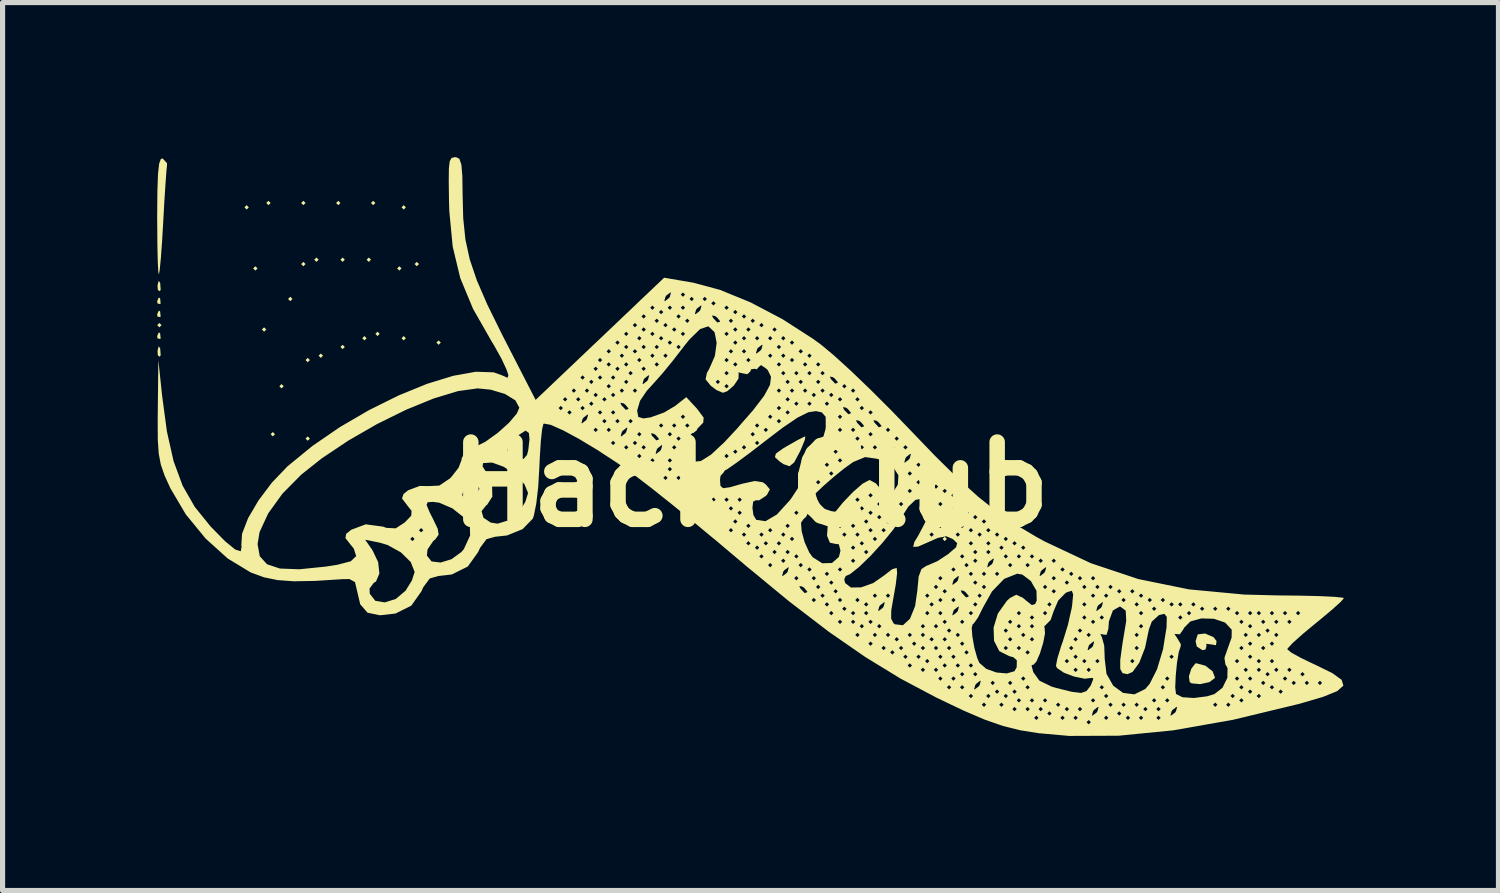
<source format=kicad_pcb>
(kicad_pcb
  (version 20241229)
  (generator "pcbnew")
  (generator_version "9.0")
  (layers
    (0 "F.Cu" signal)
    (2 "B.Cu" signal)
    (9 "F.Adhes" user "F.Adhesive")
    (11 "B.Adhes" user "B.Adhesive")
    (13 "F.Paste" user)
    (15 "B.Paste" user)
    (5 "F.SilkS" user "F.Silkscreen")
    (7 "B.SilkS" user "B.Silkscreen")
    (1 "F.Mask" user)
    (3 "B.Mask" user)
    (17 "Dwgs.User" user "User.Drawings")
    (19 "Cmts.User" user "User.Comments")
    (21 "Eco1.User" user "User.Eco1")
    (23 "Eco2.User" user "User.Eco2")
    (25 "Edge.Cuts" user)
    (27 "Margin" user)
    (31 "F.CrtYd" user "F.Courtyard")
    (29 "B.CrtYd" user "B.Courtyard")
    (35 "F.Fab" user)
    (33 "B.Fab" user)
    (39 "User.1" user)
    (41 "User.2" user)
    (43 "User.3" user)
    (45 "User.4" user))
  (footprint "Hack Club"
    (layer "F.Cu")
    (at 11.515 6.35)
    (property "Reference" "Hack Club" (at 0 0 0) (layer "F.SilkS") (effects (font (size 1.5 1.5) (thickness 0.3))))
    (attr board_only exclude_from_pos_files exclude_from_bom)
    (fp_poly (pts (xy -11.43 -3.09) (xy -11.472 -3.048) (xy -11.515 -3.09) (xy -11.472 -3.133)) (stroke (width 0) (type solid)) (fill yes) (layer "F.SilkS"))
    (fp_poly (pts (xy -9.737 -5.376) (xy -9.779 -5.334) (xy -9.821 -5.376) (xy -9.779 -5.419)) (stroke (width 0) (type solid)) (fill yes) (layer "F.SilkS"))
    (fp_poly (pts (xy -9.567 -4.191) (xy -9.61 -4.149) (xy -9.652 -4.191) (xy -9.61 -4.233)) (stroke (width 0) (type solid)) (fill yes) (layer "F.SilkS"))
    (fp_poly (pts (xy -9.398 -3.006) (xy -9.44 -2.963) (xy -9.483 -3.006) (xy -9.44 -3.048)) (stroke (width 0) (type solid)) (fill yes) (layer "F.SilkS"))
    (fp_poly (pts (xy -9.313 -5.461) (xy -9.356 -5.419) (xy -9.398 -5.461) (xy -9.356 -5.503)) (stroke (width 0) (type solid)) (fill yes) (layer "F.SilkS"))
    (fp_poly (pts (xy -9.229 -0.974) (xy -9.271 -0.931) (xy -9.313 -0.974) (xy -9.271 -1.016)) (stroke (width 0) (type solid)) (fill yes) (layer "F.SilkS"))
    (fp_poly (pts (xy -9.059 -1.905) (xy -9.102 -1.863) (xy -9.144 -1.905) (xy -9.102 -1.947)) (stroke (width 0) (type solid)) (fill yes) (layer "F.SilkS"))
    (fp_poly (pts (xy -8.89 -3.598) (xy -8.932 -3.556) (xy -8.975 -3.598) (xy -8.932 -3.641)) (stroke (width 0) (type solid)) (fill yes) (layer "F.SilkS"))
    (fp_poly (pts (xy -8.636 -5.461) (xy -8.678 -5.419) (xy -8.721 -5.461) (xy -8.678 -5.503)) (stroke (width 0) (type solid)) (fill yes) (layer "F.SilkS"))
    (fp_poly (pts (xy -8.636 -4.276) (xy -8.678 -4.233) (xy -8.721 -4.276) (xy -8.678 -4.318)) (stroke (width 0) (type solid)) (fill yes) (layer "F.SilkS"))
    (fp_poly (pts (xy -8.551 -2.413) (xy -8.594 -2.371) (xy -8.636 -2.413) (xy -8.594 -2.455)) (stroke (width 0) (type solid)) (fill yes) (layer "F.SilkS"))
    (fp_poly (pts (xy -8.551 -0.889) (xy -8.594 -0.847) (xy -8.636 -0.889) (xy -8.594 -0.931)) (stroke (width 0) (type solid)) (fill yes) (layer "F.SilkS"))
    (fp_poly (pts (xy -8.382 -4.36) (xy -8.424 -4.318) (xy -8.467 -4.36) (xy -8.424 -4.403)) (stroke (width 0) (type solid)) (fill yes) (layer "F.SilkS"))
    (fp_poly (pts (xy -8.297 -2.498) (xy -8.34 -2.455) (xy -8.382 -2.498) (xy -8.34 -2.54)) (stroke (width 0) (type solid)) (fill yes) (layer "F.SilkS"))
    (fp_poly (pts (xy -7.959 -5.461) (xy -8.001 -5.419) (xy -8.043 -5.461) (xy -8.001 -5.503)) (stroke (width 0) (type solid)) (fill yes) (layer "F.SilkS"))
    (fp_poly (pts (xy -7.874 -4.36) (xy -7.916 -4.318) (xy -7.959 -4.36) (xy -7.916 -4.403)) (stroke (width 0) (type solid)) (fill yes) (layer "F.SilkS"))
    (fp_poly (pts (xy -7.874 -2.667) (xy -7.916 -2.625) (xy -7.959 -2.667) (xy -7.916 -2.709)) (stroke (width 0) (type solid)) (fill yes) (layer "F.SilkS"))
    (fp_poly (pts (xy -7.451 -2.836) (xy -7.493 -2.794) (xy -7.535 -2.836) (xy -7.493 -2.879)) (stroke (width 0) (type solid)) (fill yes) (layer "F.SilkS"))
    (fp_poly (pts (xy -7.366 -4.36) (xy -7.408 -4.318) (xy -7.451 -4.36) (xy -7.408 -4.403)) (stroke (width 0) (type solid)) (fill yes) (layer "F.SilkS"))
    (fp_poly (pts (xy -7.281 -5.461) (xy -7.324 -5.419) (xy -7.366 -5.461) (xy -7.324 -5.503)) (stroke (width 0) (type solid)) (fill yes) (layer "F.SilkS"))
    (fp_poly (pts (xy -7.197 -2.921) (xy -7.239 -2.879) (xy -7.281 -2.921) (xy -7.239 -2.963)) (stroke (width 0) (type solid)) (fill yes) (layer "F.SilkS"))
    (fp_poly (pts (xy -6.773 -4.191) (xy -6.816 -4.149) (xy -6.858 -4.191) (xy -6.816 -4.233)) (stroke (width 0) (type solid)) (fill yes) (layer "F.SilkS"))
    (fp_poly (pts (xy -6.689 -5.376) (xy -6.731 -5.334) (xy -6.773 -5.376) (xy -6.731 -5.419)) (stroke (width 0) (type solid)) (fill yes) (layer "F.SilkS"))
    (fp_poly (pts (xy -6.689 -2.836) (xy -6.731 -2.794) (xy -6.773 -2.836) (xy -6.731 -2.879)) (stroke (width 0) (type solid)) (fill yes) (layer "F.SilkS"))
    (fp_poly (pts (xy -6.435 -4.276) (xy -6.477 -4.233) (xy -6.519 -4.276) (xy -6.477 -4.318)) (stroke (width 0) (type solid)) (fill yes) (layer "F.SilkS"))
    (fp_poly (pts (xy -6.011 -2.752) (xy -6.054 -2.709) (xy -6.096 -2.752) (xy -6.054 -2.794)) (stroke (width 0) (type solid)) (fill yes) (layer "F.SilkS"))
    (fp_poly (pts (xy 3.81 1.058) (xy 3.768 1.101) (xy 3.725 1.058) (xy 3.768 1.016)) (stroke (width 0) (type solid)) (fill yes) (layer "F.SilkS"))
    (fp_poly (pts (xy -11.458 -3.612) (xy -11.448 -3.512) (xy -11.458 -3.5) (xy -11.509 -3.511) (xy -11.515 -3.556) (xy -11.484 -3.626)) (stroke (width 0) (type solid)) (fill yes) (layer "F.SilkS"))
    (fp_poly (pts (xy -11.458 -3.358) (xy -11.448 -3.258) (xy -11.458 -3.246) (xy -11.509 -3.257) (xy -11.515 -3.302) (xy -11.484 -3.372)) (stroke (width 0) (type solid)) (fill yes) (layer "F.SilkS"))
    (fp_poly (pts (xy -11.458 -2.935) (xy -11.448 -2.835) (xy -11.458 -2.822) (xy -11.509 -2.834) (xy -11.515 -2.879) (xy -11.484 -2.948)) (stroke (width 0) (type solid)) (fill yes) (layer "F.SilkS"))
    (fp_poly (pts (xy -11.457 -3.911) (xy -11.447 -3.778) (xy -11.464 -3.748) (xy -11.502 -3.774) (xy -11.508 -3.859) (xy -11.487 -3.95)) (stroke (width 0) (type solid)) (fill yes) (layer "F.SilkS"))
    (fp_poly (pts (xy -11.457 -2.641) (xy -11.447 -2.508) (xy -11.464 -2.478) (xy -11.502 -2.504) (xy -11.508 -2.589) (xy -11.487 -2.68)) (stroke (width 0) (type solid)) (fill yes) (layer "F.SilkS"))
    (fp_poly (pts (xy 8.826 3.518) (xy 8.966 3.627) (xy 9.012 3.746) (xy 9.009 3.758) (xy 8.905 3.837) (xy 8.725 3.876) (xy 8.561 3.861) (xy 8.522 3.837) (xy 8.506 3.728) (xy 8.553 3.577) (xy 8.629 3.478) (xy 8.651 3.471)) (stroke (width 0) (type solid)) (fill yes) (layer "F.SilkS"))
    (fp_poly (pts (xy 8.984 2.964) (xy 9.043 3.04) (xy 9.032 3.121) (xy 8.939 3.105) (xy 8.843 3.093) (xy 8.848 3.134) (xy 8.829 3.205) (xy 8.768 3.217) (xy 8.659 3.146) (xy 8.636 3.042) (xy 8.678 2.91) (xy 8.82 2.894)) (stroke (width 0) (type solid)) (fill yes) (layer "F.SilkS"))
    (fp_poly (pts (xy 1.053 -0.864) (xy 0.985 -0.697) (xy 0.957 -0.635) (xy 0.846 -0.426) (xy 0.755 -0.352) (xy 0.639 -0.393) (xy 0.556 -0.451) (xy 0.473 -0.529) (xy 0.492 -0.599) (xy 0.633 -0.699) (xy 0.714 -0.747) (xy 0.913 -0.86) (xy 1.042 -0.925) (xy 1.062 -0.931)) (stroke (width 0) (type solid)) (fill yes) (layer "F.SilkS"))
    (fp_poly (pts (xy -11.324 -6.233) (xy -11.324 -6.193) (xy -11.336 -6.076) (xy -11.354 -5.826) (xy -11.376 -5.483) (xy -11.397 -5.103) (xy -11.42 -4.711) (xy -11.444 -4.385) (xy -11.466 -4.16) (xy -11.482 -4.071) (xy -11.494 -4.137) (xy -11.504 -4.344) (xy -11.511 -4.661) (xy -11.514 -5.059) (xy -11.515 -5.2) (xy -11.511 -5.684) (xy -11.499 -6.019) (xy -11.477 -6.223) (xy -11.443 -6.316) (xy -11.409 -6.325)) (stroke (width 0) (type solid)) (fill yes) (layer "F.SilkS"))
    (fp_poly (pts (xy -5.651 -6.319) (xy -5.612 -6.207) (xy -5.593 -5.984) (xy -5.588 -5.635) (xy -5.576 -5.165) (xy -5.534 -4.755) (xy -5.449 -4.365) (xy -5.31 -3.955) (xy -5.106 -3.485) (xy -4.826 -2.916) (xy -4.784 -2.834) (xy -4.171 -1.64) (xy -4.159 -1.651) (xy -3.641 -1.651) (xy -3.598 -1.609) (xy -3.556 -1.651) (xy -3.387 -1.651) (xy -3.344 -1.609) (xy -3.302 -1.651) (xy -2.879 -1.651) (xy -2.836 -1.609) (xy -2.794 -1.651) (xy -2.836 -1.693) (xy -2.879 -1.651) (xy -3.302 -1.651) (xy -3.344 -1.693) (xy -3.387 -1.651) (xy -3.556 -1.651) (xy -3.598 -1.693) (xy -3.641 -1.651) (xy -4.159 -1.651) (xy -4.07 -1.736) (xy -3.048 -1.736) (xy -3.006 -1.693) (xy -2.963 -1.736) (xy -2.709 -1.736) (xy -2.667 -1.693) (xy -2.625 -1.736) (xy -2.667 -1.778) (xy -2.709 -1.736) (xy -2.963 -1.736) (xy -3.006 -1.778) (xy -3.048 -1.736) (xy -4.07 -1.736) (xy -3.981 -1.82) (xy -3.471 -1.82) (xy -3.429 -1.778) (xy -3.387 -1.82) (xy -3.217 -1.82) (xy -3.175 -1.778) (xy -3.133 -1.82) (xy -2.54 -1.82) (xy -2.498 -1.778) (xy -2.455 -1.82) (xy -2.286 -1.82) (xy -2.244 -1.778) (xy -2.201 -1.82) (xy -2.244 -1.863) (xy -2.286 -1.82) (xy -2.455 -1.82) (xy -2.498 -1.863) (xy -2.54 -1.82) (xy -3.133 -1.82) (xy -3.175 -1.863) (xy -3.217 -1.82) (xy -3.387 -1.82) (xy -3.429 -1.863) (xy -3.471 -1.82) (xy -3.981 -1.82) (xy -3.892 -1.905) (xy -2.794 -1.905) (xy -2.752 -1.863) (xy -2.709 -1.905) (xy -2.752 -1.947) (xy -2.794 -1.905) (xy -3.892 -1.905) (xy -3.803 -1.99) (xy -3.133 -1.99) (xy -3.09 -1.947) (xy -3.048 -1.99) (xy -2.455 -1.99) (xy -2.413 -1.947) (xy -2.407 -1.953) (xy -2.096 -1.953) (xy -2.084 -1.947) (xy -2.007 -2.007) (xy -1.99 -2.032) (xy -1.968 -2.111) (xy -1.98 -2.117) (xy -2.057 -2.057) (xy -2.074 -2.032) (xy -2.096 -1.953) (xy -2.407 -1.953) (xy -2.371 -1.99) (xy -2.413 -2.032) (xy -2.455 -1.99) (xy -3.048 -1.99) (xy -3.09 -2.032) (xy -3.133 -1.99) (xy -3.803 -1.99) (xy -3.714 -2.074) (xy -3.302 -2.074) (xy -3.26 -2.032) (xy -3.217 -2.074) (xy -2.963 -2.074) (xy -2.921 -2.032) (xy -2.879 -2.074) (xy -2.709 -2.074) (xy -2.667 -2.032) (xy -2.625 -2.074) (xy -2.667 -2.117) (xy -2.709 -2.074) (xy -2.879 -2.074) (xy -2.921 -2.117) (xy -2.963 -2.074) (xy -3.217 -2.074) (xy -3.26 -2.117) (xy -3.302 -2.074) (xy -3.714 -2.074) (xy -3.625 -2.159) (xy -2.371 -2.159) (xy -2.328 -2.117) (xy -2.286 -2.159) (xy -2.328 -2.201) (xy -2.371 -2.159) (xy -3.625 -2.159) (xy -3.536 -2.244) (xy -3.048 -2.244) (xy -3.006 -2.201) (xy -2.963 -2.244) (xy -2.625 -2.244) (xy -2.582 -2.201) (xy -2.54 -2.244) (xy -2.117 -2.244) (xy -2.074 -2.201) (xy -2.032 -2.244) (xy -2.074 -2.286) (xy -2.117 -2.244) (xy -2.54 -2.244) (xy -2.582 -2.286) (xy -2.625 -2.244) (xy -2.963 -2.244) (xy -3.006 -2.286) (xy -3.048 -2.244) (xy -3.536 -2.244) (xy -3.447 -2.328) (xy -2.794 -2.328) (xy -2.752 -2.286) (xy -2.709 -2.328) (xy -2.455 -2.328) (xy -2.413 -2.286) (xy -2.371 -2.328) (xy -1.863 -2.328) (xy -1.82 -2.286) (xy -1.778 -2.328) (xy -1.82 -2.371) (xy -1.863 -2.328) (xy -2.371 -2.328) (xy -2.413 -2.371) (xy -2.455 -2.328) (xy -2.709 -2.328) (xy -2.752 -2.371) (xy -2.794 -2.328) (xy -3.447 -2.328) (xy -3.358 -2.413) (xy -2.963 -2.413) (xy -2.921 -2.371) (xy -2.879 -2.413) (xy -2.201 -2.413) (xy -2.159 -2.371) (xy -2.117 -2.413) (xy -2.159 -2.455) (xy -2.201 -2.413) (xy -2.879 -2.413) (xy -2.921 -2.455) (xy -2.963 -2.413) (xy -3.358 -2.413) (xy -3.269 -2.498) (xy -2.54 -2.498) (xy -2.498 -2.455) (xy -2.455 -2.498) (xy -1.947 -2.498) (xy -1.905 -2.455) (xy -1.863 -2.498) (xy -1.693 -2.498) (xy -1.651 -2.455) (xy -1.609 -2.498) (xy -1.651 -2.54) (xy -1.693 -2.498) (xy -1.863 -2.498) (xy -1.905 -2.54) (xy -1.947 -2.498) (xy -2.455 -2.498) (xy -2.498 -2.54) (xy -2.54 -2.498) (xy -3.269 -2.498) (xy -3.18 -2.582) (xy -2.794 -2.582) (xy -2.752 -2.54) (xy -2.709 -2.582) (xy -2.286 -2.582) (xy -2.244 -2.54) (xy -2.201 -2.582) (xy -2.244 -2.625) (xy -2.286 -2.582) (xy -2.709 -2.582) (xy -2.752 -2.625) (xy -2.794 -2.582) (xy -3.18 -2.582) (xy -3.091 -2.667) (xy -2.455 -2.667) (xy -2.413 -2.625) (xy -2.371 -2.667) (xy -2.117 -2.667) (xy -2.074 -2.625) (xy -2.032 -2.667) (xy -1.863 -2.667) (xy -1.82 -2.625) (xy -1.778 -2.667) (xy -1.439 -2.667) (xy -1.397 -2.625) (xy -1.355 -2.667) (xy -1.397 -2.709) (xy -1.439 -2.667) (xy -1.778 -2.667) (xy -1.82 -2.709) (xy -1.863 -2.667) (xy -2.032 -2.667) (xy -2.074 -2.709) (xy -2.117 -2.667) (xy -2.371 -2.667) (xy -2.413 -2.709) (xy -2.455 -2.667) (xy -3.091 -2.667) (xy -3.001 -2.752) (xy -2.625 -2.752) (xy -2.582 -2.709) (xy -2.54 -2.752) (xy -1.609 -2.752) (xy -1.566 -2.709) (xy -1.524 -2.752) (xy -1.566 -2.794) (xy -1.609 -2.752) (xy -2.54 -2.752) (xy -2.582 -2.794) (xy -2.625 -2.752) (xy -3.001 -2.752) (xy -2.924 -2.825) (xy -2.912 -2.836) (xy -2.201 -2.836) (xy -2.159 -2.794) (xy -2.117 -2.836) (xy -1.778 -2.836) (xy -1.736 -2.794) (xy -1.693 -2.836) (xy -1.736 -2.879) (xy -1.778 -2.836) (xy -2.117 -2.836) (xy -2.159 -2.879) (xy -2.201 -2.836) (xy -2.912 -2.836) (xy -2.823 -2.921) (xy -2.455 -2.921) (xy -2.413 -2.879) (xy -2.371 -2.921) (xy -1.947 -2.921) (xy -1.905 -2.879) (xy -1.863 -2.921) (xy -1.355 -2.921) (xy -1.312 -2.879) (xy -1.27 -2.921) (xy -1.312 -2.963) (xy -1.355 -2.921) (xy -1.863 -2.921) (xy -1.905 -2.963) (xy -1.947 -2.921) (xy -2.371 -2.921) (xy -2.413 -2.963) (xy -2.455 -2.921) (xy -2.823 -2.921) (xy -2.734 -3.006) (xy -2.117 -3.006) (xy -2.074 -2.963) (xy -2.032 -3.006) (xy -1.524 -3.006) (xy -1.482 -2.963) (xy -1.439 -3.006) (xy -1.482 -3.048) (xy -1.524 -3.006) (xy -2.032 -3.006) (xy -2.074 -3.048) (xy -2.117 -3.006) (xy -2.734 -3.006) (xy -2.645 -3.09) (xy -2.286 -3.09) (xy -2.244 -3.048) (xy -2.201 -3.09) (xy -1.693 -3.09) (xy -1.651 -3.048) (xy -1.609 -3.09) (xy 0.169 -3.09) (xy 0.212 -3.048) (xy 0.254 -3.09) (xy 0.212 -3.133) (xy 0.169 -3.09) (xy -1.609 -3.09) (xy -1.651 -3.133) (xy -1.693 -3.09) (xy -2.201 -3.09) (xy -2.244 -3.133) (xy -2.286 -3.09) (xy -2.645 -3.09) (xy -2.556 -3.175) (xy -1.863 -3.175) (xy -1.82 -3.133) (xy -1.778 -3.175) (xy -1.27 -3.175) (xy -1.228 -3.133) (xy -1.185 -3.175) (xy -1.228 -3.217) (xy -1.27 -3.175) (xy -1.778 -3.175) (xy -1.82 -3.217) (xy -1.863 -3.175) (xy -2.556 -3.175) (xy -2.467 -3.26) (xy -2.117 -3.26) (xy -2.074 -3.217) (xy -2.032 -3.26) (xy -1.439 -3.26) (xy -1.397 -3.217) (xy -1.355 -3.26) (xy -1.373 -3.278) (xy -0.748 -3.278) (xy -0.728 -3.23) (xy -0.643 -3.14) (xy -0.593 -3.158) (xy -0.593 -3.17) (xy -0.597 -3.175) (xy -0.423 -3.175) (xy -0.381 -3.133) (xy -0.339 -3.175) (xy -0.000001 -3.175) (xy 0.042 -3.133) (xy 0.085 -3.175) (xy 0.042 -3.217) (xy -0.000001 -3.175) (xy -0.339 -3.175) (xy -0.381 -3.217) (xy -0.423 -3.175) (xy -0.597 -3.175) (xy -0.653 -3.242) (xy -0.679 -3.26) (xy -0.169 -3.26) (xy -0.127 -3.217) (xy -0.085 -3.26) (xy -0.127 -3.302) (xy -0.169 -3.26) (xy -0.679 -3.26) (xy -0.69 -3.268) (xy -0.748 -3.278) (xy -1.373 -3.278) (xy -1.397 -3.302) (xy -1.439 -3.26) (xy -2.032 -3.26) (xy -2.074 -3.302) (xy -2.117 -3.26) (xy -2.467 -3.26) (xy -2.378 -3.344) (xy -1.778 -3.344) (xy -1.736 -3.302) (xy -1.73 -3.308) (xy -1.08 -3.308) (xy -1.068 -3.302) (xy -1.013 -3.344) (xy -0.339 -3.344) (xy -0.296 -3.302) (xy -0.254 -3.344) (xy -0.296 -3.387) (xy -0.339 -3.344) (xy -1.013 -3.344) (xy -0.991 -3.362) (xy -0.974 -3.387) (xy -0.962 -3.429) (xy -0.508 -3.429) (xy -0.466 -3.387) (xy -0.423 -3.429) (xy -0.466 -3.471) (xy -0.508 -3.429) (xy -0.962 -3.429) (xy -0.952 -3.466) (xy -0.964 -3.471) (xy -1.041 -3.412) (xy -1.058 -3.387) (xy -1.08 -3.308) (xy -1.73 -3.308) (xy -1.693 -3.344) (xy -1.736 -3.387) (xy -1.778 -3.344) (xy -2.378 -3.344) (xy -2.289 -3.429) (xy -1.947 -3.429) (xy -1.905 -3.387) (xy -1.863 -3.429) (xy -1.609 -3.429) (xy -1.566 -3.387) (xy -1.524 -3.429) (xy -1.355 -3.429) (xy -1.312 -3.387) (xy -1.27 -3.429) (xy -1.312 -3.471) (xy -1.355 -3.429) (xy -1.524 -3.429) (xy -1.566 -3.471) (xy -1.609 -3.429) (xy -1.863 -3.429) (xy -1.905 -3.471) (xy -1.947 -3.429) (xy -2.289 -3.429) (xy -2.2 -3.514) (xy -0.762 -3.514) (xy -0.72 -3.471) (xy -0.677 -3.514) (xy -0.72 -3.556) (xy -0.762 -3.514) (xy -2.2 -3.514) (xy -2.15 -3.562) (xy -1.673 -3.562) (xy -1.661 -3.556) (xy -1.606 -3.598) (xy -1.185 -3.598) (xy -1.143 -3.556) (xy -1.101 -3.598) (xy -0.931 -3.598) (xy -0.889 -3.556) (xy -0.847 -3.598) (xy -0.889 -3.641) (xy -0.931 -3.598) (xy -1.101 -3.598) (xy -1.143 -3.641) (xy -1.185 -3.598) (xy -1.606 -3.598) (xy -1.584 -3.616) (xy -1.566 -3.641) (xy -1.555 -3.683) (xy -1.355 -3.683) (xy -1.312 -3.641) (xy -1.27 -3.683) (xy -1.312 -3.725) (xy -1.355 -3.683) (xy -1.555 -3.683) (xy -1.545 -3.72) (xy -1.556 -3.725) (xy -1.634 -3.666) (xy -1.651 -3.641) (xy -1.673 -3.562) (xy -2.15 -3.562) (xy -1.677 -4.011) (xy -1.116 -3.915) (xy -0.59 -3.774) (xy 0.005 -3.53) (xy 0.622 -3.205) (xy 1.218 -2.821) (xy 1.373 -2.708) (xy 1.618 -2.503) (xy 1.947 -2.204) (xy 2.327 -1.839) (xy 2.728 -1.439) (xy 3.058 -1.097) (xy 3.583 -0.551) (xy 4.027 -0.113) (xy 4.418 0.24) (xy 4.783 0.531) (xy 5.15 0.783) (xy 5.545 1.018) (xy 5.707 1.107) (xy 6.603 1.529) (xy 7.525 1.837) (xy 8.507 2.037) (xy 9.582 2.138) (xy 10.223 2.154) (xy 10.669 2.159) (xy 11.048 2.168) (xy 11.332 2.182) (xy 11.491 2.198) (xy 11.514 2.207) (xy 11.453 2.279) (xy 11.289 2.427) (xy 11.054 2.624) (xy 10.964 2.697) (xy 10.712 2.906) (xy 10.522 3.077) (xy 10.423 3.183) (xy 10.416 3.199) (xy 10.489 3.261) (xy 10.678 3.366) (xy 10.944 3.494) (xy 10.967 3.504) (xy 11.291 3.663) (xy 11.471 3.793) (xy 11.504 3.905) (xy 11.385 4.012) (xy 11.107 4.124) (xy 10.668 4.253) (xy 10.647 4.259) (xy 9.363 4.568) (xy 8.199 4.773) (xy 7.143 4.877) (xy 6.183 4.881) (xy 5.587 4.828) (xy 5.232 4.771) (xy 4.9 4.689) (xy 4.685 4.614) (xy 6.519 4.614) (xy 6.562 4.657) (xy 6.604 4.614) (xy 6.562 4.572) (xy 6.519 4.614) (xy 4.685 4.614) (xy 4.549 4.567) (xy 4.462 4.53) (xy 5.503 4.53) (xy 5.546 4.572) (xy 5.588 4.53) (xy 6.011 4.53) (xy 6.054 4.572) (xy 6.096 4.53) (xy 6.265 4.53) (xy 6.308 4.572) (xy 6.35 4.53) (xy 6.858 4.53) (xy 6.9 4.572) (xy 6.943 4.53) (xy 7.281 4.53) (xy 7.324 4.572) (xy 7.366 4.53) (xy 7.535 4.53) (xy 7.578 4.572) (xy 7.62 4.53) (xy 7.874 4.53) (xy 7.916 4.572) (xy 7.959 4.53) (xy 7.916 4.487) (xy 7.874 4.53) (xy 7.62 4.53) (xy 7.578 4.487) (xy 7.535 4.53) (xy 7.366 4.53) (xy 7.324 4.487) (xy 7.281 4.53) (xy 6.943 4.53) (xy 6.9 4.487) (xy 6.858 4.53) (xy 6.35 4.53) (xy 6.308 4.487) (xy 6.265 4.53) (xy 6.096 4.53) (xy 6.054 4.487) (xy 6.011 4.53) (xy 5.588 4.53) (xy 5.546 4.487) (xy 5.503 4.53) (xy 4.462 4.53) (xy 4.264 4.445) (xy 5.757 4.445) (xy 5.8 4.487) (xy 5.805 4.482) (xy 6.625 4.482) (xy 6.636 4.487) (xy 6.691 4.445) (xy 7.112 4.445) (xy 7.154 4.487) (xy 7.16 4.482) (xy 8.149 4.482) (xy 8.16 4.487) (xy 8.238 4.428) (xy 8.255 4.403) (xy 8.277 4.324) (xy 8.265 4.318) (xy 8.188 4.378) (xy 8.17 4.403) (xy 8.149 4.482) (xy 7.16 4.482) (xy 7.197 4.445) (xy 7.154 4.403) (xy 7.112 4.445) (xy 6.691 4.445) (xy 6.714 4.428) (xy 6.731 4.403) (xy 6.743 4.36) (xy 7.62 4.36) (xy 7.662 4.403) (xy 7.705 4.36) (xy 7.874 4.36) (xy 7.916 4.403) (xy 7.959 4.36) (xy 7.916 4.318) (xy 7.874 4.36) (xy 7.705 4.36) (xy 7.662 4.318) (xy 7.62 4.36) (xy 6.743 4.36) (xy 6.753 4.324) (xy 6.741 4.318) (xy 6.664 4.378) (xy 6.646 4.403) (xy 6.625 4.482) (xy 5.805 4.482) (xy 5.842 4.445) (xy 5.8 4.403) (xy 5.757 4.445) (xy 4.264 4.445) (xy 4.136 4.39) (xy 4.074 4.36) (xy 5.08 4.36) (xy 5.122 4.403) (xy 5.165 4.36) (xy 5.334 4.36) (xy 5.376 4.403) (xy 5.419 4.36) (xy 5.588 4.36) (xy 5.63 4.403) (xy 5.673 4.36) (xy 6.096 4.36) (xy 6.138 4.403) (xy 6.181 4.36) (xy 6.35 4.36) (xy 6.392 4.403) (xy 6.435 4.36) (xy 6.392 4.318) (xy 6.35 4.36) (xy 6.181 4.36) (xy 6.138 4.318) (xy 6.096 4.36) (xy 5.673 4.36) (xy 5.63 4.318) (xy 5.588 4.36) (xy 5.419 4.36) (xy 5.376 4.318) (xy 5.334 4.36) (xy 5.165 4.36) (xy 5.122 4.318) (xy 5.08 4.36) (xy 4.074 4.36) (xy 3.896 4.276) (xy 4.487 4.276) (xy 4.53 4.318) (xy 4.572 4.276) (xy 4.826 4.276) (xy 4.868 4.318) (xy 4.911 4.276) (xy 5.927 4.276) (xy 5.969 4.318) (xy 6.011 4.276) (xy 6.943 4.276) (xy 6.985 4.318) (xy 7.027 4.276) (xy 7.197 4.276) (xy 7.239 4.318) (xy 7.281 4.276) (xy 7.451 4.276) (xy 7.493 4.318) (xy 7.535 4.276) (xy 8.975 4.276) (xy 9.017 4.318) (xy 9.059 4.276) (xy 9.229 4.276) (xy 9.271 4.318) (xy 9.313 4.276) (xy 9.271 4.233) (xy 9.229 4.276) (xy 9.059 4.276) (xy 9.017 4.233) (xy 8.975 4.276) (xy 7.535 4.276) (xy 7.493 4.233) (xy 7.451 4.276) (xy 7.281 4.276) (xy 7.239 4.233) (xy 7.197 4.276) (xy 7.027 4.276) (xy 6.985 4.233) (xy 6.943 4.276) (xy 6.011 4.276) (xy 5.969 4.233) (xy 5.927 4.276) (xy 4.911 4.276) (xy 4.868 4.233) (xy 4.826 4.276) (xy 4.572 4.276) (xy 4.53 4.233) (xy 4.487 4.276) (xy 3.896 4.276) (xy 3.719 4.191) (xy 5.165 4.191) (xy 5.207 4.233) (xy 5.249 4.191) (xy 5.419 4.191) (xy 5.461 4.233) (xy 5.503 4.191) (xy 5.673 4.191) (xy 5.715 4.233) (xy 5.757 4.191) (xy 6.604 4.191) (xy 6.646 4.233) (xy 6.689 4.191) (xy 7.789 4.191) (xy 7.832 4.233) (xy 7.874 4.191) (xy 8.043 4.191) (xy 8.086 4.233) (xy 8.128 4.191) (xy 9.483 4.191) (xy 9.525 4.233) (xy 9.567 4.191) (xy 9.525 4.149) (xy 9.483 4.191) (xy 8.128 4.191) (xy 8.086 4.149) (xy 8.043 4.191) (xy 7.874 4.191) (xy 7.832 4.149) (xy 7.789 4.191) (xy 6.689 4.191) (xy 6.646 4.149) (xy 6.604 4.191) (xy 5.757 4.191) (xy 5.715 4.149) (xy 5.673 4.191) (xy 5.503 4.191) (xy 5.461 4.149) (xy 5.419 4.191) (xy 5.249 4.191) (xy 5.207 4.149) (xy 5.165 4.191) (xy 3.719 4.191) (xy 3.621 4.144) (xy 3.601 4.135) (xy 3.548 4.106) (xy 4.233 4.106) (xy 4.276 4.149) (xy 4.318 4.106) (xy 4.572 4.106) (xy 4.614 4.149) (xy 4.657 4.106) (xy 4.911 4.106) (xy 4.953 4.149) (xy 4.995 4.106) (xy 6.858 4.106) (xy 6.9 4.149) (xy 6.943 4.106) (xy 6.9 4.064) (xy 6.858 4.106) (xy 4.995 4.106) (xy 4.953 4.064) (xy 4.911 4.106) (xy 4.657 4.106) (xy 4.614 4.064) (xy 4.572 4.106) (xy 4.318 4.106) (xy 4.276 4.064) (xy 4.233 4.106) (xy 3.548 4.106) (xy 3.388 4.022) (xy 4.741 4.022) (xy 4.784 4.064) (xy 4.826 4.022) (xy 5.08 4.022) (xy 5.122 4.064) (xy 5.165 4.022) (xy 5.122 3.979) (xy 5.08 4.022) (xy 4.826 4.022) (xy 4.784 3.979) (xy 4.741 4.022) (xy 3.388 4.022) (xy 3.228 3.937) (xy 3.81 3.937) (xy 3.852 3.979) (xy 3.895 3.937) (xy 4.064 3.937) (xy 4.106 3.979) (xy 4.112 3.974) (xy 4.339 3.974) (xy 4.35 3.979) (xy 4.405 3.937) (xy 5.334 3.937) (xy 5.376 3.979) (xy 5.419 3.937) (xy 5.376 3.895) (xy 5.334 3.937) (xy 4.405 3.937) (xy 4.428 3.92) (xy 4.445 3.895) (xy 4.457 3.852) (xy 4.657 3.852) (xy 4.699 3.895) (xy 4.741 3.852) (xy 4.995 3.852) (xy 5.038 3.895) (xy 5.08 3.852) (xy 5.038 3.81) (xy 4.995 3.852) (xy 4.741 3.852) (xy 4.699 3.81) (xy 4.657 3.852) (xy 4.457 3.852) (xy 4.467 3.816) (xy 4.455 3.81) (xy 4.378 3.87) (xy 4.36 3.895) (xy 4.339 3.974) (xy 4.112 3.974) (xy 4.149 3.937) (xy 4.106 3.895) (xy 4.064 3.937) (xy 3.895 3.937) (xy 3.852 3.895) (xy 3.81 3.937) (xy 3.228 3.937) (xy 2.917 3.772) (xy 2.91 3.768) (xy 3.641 3.768) (xy 3.683 3.81) (xy 3.725 3.768) (xy 3.895 3.768) (xy 3.937 3.81) (xy 3.979 3.768) (xy 5.249 3.768) (xy 5.292 3.81) (xy 5.334 3.768) (xy 5.292 3.725) (xy 5.249 3.768) (xy 3.979 3.768) (xy 3.937 3.725) (xy 3.895 3.768) (xy 3.725 3.768) (xy 3.683 3.725) (xy 3.641 3.768) (xy 2.91 3.768) (xy 2.771 3.683) (xy 4.064 3.683) (xy 4.106 3.725) (xy 4.149 3.683) (xy 4.318 3.683) (xy 4.36 3.725) (xy 4.403 3.683) (xy 4.36 3.641) (xy 4.318 3.683) (xy 4.149 3.683) (xy 4.106 3.641) (xy 4.064 3.683) (xy 2.771 3.683) (xy 2.633 3.598) (xy 3.302 3.598) (xy 3.344 3.641) (xy 3.387 3.598) (xy 3.556 3.598) (xy 3.598 3.641) (xy 3.641 3.598) (xy 3.598 3.556) (xy 3.556 3.598) (xy 3.387 3.598) (xy 3.344 3.556) (xy 3.302 3.598) (xy 2.633 3.598) (xy 2.494 3.514) (xy 3.048 3.514) (xy 3.09 3.556) (xy 3.133 3.514) (xy 3.725 3.514) (xy 3.768 3.556) (xy 3.81 3.514) (xy 3.979 3.514) (xy 4.022 3.556) (xy 4.064 3.514) (xy 4.233 3.514) (xy 4.276 3.556) (xy 4.318 3.514) (xy 4.276 3.471) (xy 4.233 3.514) (xy 4.064 3.514) (xy 4.022 3.471) (xy 3.979 3.514) (xy 3.81 3.514) (xy 3.768 3.471) (xy 3.725 3.514) (xy 3.133 3.514) (xy 3.09 3.471) (xy 3.048 3.514) (xy 2.494 3.514) (xy 2.356 3.429) (xy 3.387 3.429) (xy 3.429 3.471) (xy 3.471 3.429) (xy 3.429 3.387) (xy 3.387 3.429) (xy 2.356 3.429) (xy 2.232 3.353) (xy 2.219 3.344) (xy 2.963 3.344) (xy 3.006 3.387) (xy 3.048 3.344) (xy 3.217 3.344) (xy 3.26 3.387) (xy 3.302 3.344) (xy 3.641 3.344) (xy 3.683 3.387) (xy 3.725 3.344) (xy 3.895 3.344) (xy 3.937 3.387) (xy 3.979 3.344) (xy 3.937 3.302) (xy 3.895 3.344) (xy 3.725 3.344) (xy 3.683 3.302) (xy 3.641 3.344) (xy 3.302 3.344) (xy 3.26 3.302) (xy 3.217 3.344) (xy 3.048 3.344) (xy 3.006 3.302) (xy 2.963 3.344) (xy 2.219 3.344) (xy 2.097 3.26) (xy 2.709 3.26) (xy 2.752 3.302) (xy 2.794 3.26) (xy 4.149 3.26) (xy 4.191 3.302) (xy 4.233 3.26) (xy 4.191 3.217) (xy 4.149 3.26) (xy 2.794 3.26) (xy 2.752 3.217) (xy 2.709 3.26) (xy 2.097 3.26) (xy 1.974 3.175) (xy 2.54 3.175) (xy 2.582 3.217) (xy 2.625 3.175) (xy 2.879 3.175) (xy 2.921 3.217) (xy 2.963 3.175) (xy 3.302 3.175) (xy 3.344 3.217) (xy 3.387 3.175) (xy 3.556 3.175) (xy 3.598 3.217) (xy 3.641 3.175) (xy 3.81 3.175) (xy 3.852 3.217) (xy 3.895 3.175) (xy 3.852 3.133) (xy 3.81 3.175) (xy 3.641 3.175) (xy 3.598 3.133) (xy 3.556 3.175) (xy 3.387 3.175) (xy 3.344 3.133) (xy 3.302 3.175) (xy 2.963 3.175) (xy 2.921 3.133) (xy 2.879 3.175) (xy 2.625 3.175) (xy 2.582 3.133) (xy 2.54 3.175) (xy 1.974 3.175) (xy 1.852 3.09) (xy 2.286 3.09) (xy 2.328 3.133) (xy 2.371 3.09) (xy 3.133 3.09) (xy 3.175 3.133) (xy 3.217 3.09) (xy 4.064 3.09) (xy 4.106 3.133) (xy 4.149 3.09) (xy 4.106 3.048) (xy 4.064 3.09) (xy 3.217 3.09) (xy 3.175 3.048) (xy 3.133 3.09) (xy 2.371 3.09) (xy 2.328 3.048) (xy 2.286 3.09) (xy 1.852 3.09) (xy 1.73 3.006) (xy 2.794 3.006) (xy 2.836 3.048) (xy 2.879 3.006) (xy 3.471 3.006) (xy 3.514 3.048) (xy 3.556 3.006) (xy 3.725 3.006) (xy 3.768 3.048) (xy 3.81 3.006) (xy 3.768 2.963) (xy 3.725 3.006) (xy 3.556 3.006) (xy 3.514 2.963) (xy 3.471 3.006) (xy 2.879 3.006) (xy 2.836 2.963) (xy 2.794 3.006) (xy 1.73 3.006) (xy 1.607 2.921) (xy 2.032 2.921) (xy 2.074 2.963) (xy 2.117 2.921) (xy 2.371 2.921) (xy 2.413 2.963) (xy 2.455 2.921) (xy 2.625 2.921) (xy 2.667 2.963) (xy 2.709 2.921) (xy 3.048 2.921) (xy 3.09 2.963) (xy 3.133 2.921) (xy 3.302 2.921) (xy 3.344 2.963) (xy 3.387 2.921) (xy 3.979 2.921) (xy 4.022 2.963) (xy 4.064 2.921) (xy 4.022 2.879) (xy 3.979 2.921) (xy 3.387 2.921) (xy 3.344 2.879) (xy 3.302 2.921) (xy 3.133 2.921) (xy 3.09 2.879) (xy 3.048 2.921) (xy 2.709 2.921) (xy 2.667 2.879) (xy 2.625 2.921) (xy 2.455 2.921) (xy 2.413 2.879) (xy 2.371 2.921) (xy 2.117 2.921) (xy 2.074 2.879) (xy 2.032 2.921) (xy 1.607 2.921) (xy 1.52 2.861) (xy 1.488 2.836) (xy 3.81 2.836) (xy 3.852 2.879) (xy 3.895 2.836) (xy 3.852 2.794) (xy 3.81 2.836) (xy 1.488 2.836) (xy 1.378 2.752) (xy 2.117 2.752) (xy 2.159 2.794) (xy 2.201 2.752) (xy 2.455 2.752) (xy 2.498 2.794) (xy 2.54 2.752) (xy 3.302 2.752) (xy 3.344 2.794) (xy 3.387 2.752) (xy 3.556 2.752) (xy 3.598 2.794) (xy 3.612 2.781) (xy 4.291 2.781) (xy 4.305 2.955) (xy 4.343 3.17) (xy 4.398 3.367) (xy 4.44 3.463) (xy 4.575 3.58) (xy 4.771 3.65) (xy 4.972 3.668) (xy 5.121 3.626) (xy 5.165 3.546) (xy 5.165 3.517) (xy 5.452 3.517) (xy 5.487 3.644) (xy 5.606 3.809) (xy 5.843 3.924) (xy 5.935 3.951) (xy 6.234 4.025) (xy 6.414 4.047) (xy 6.519 4.011) (xy 6.576 3.937) (xy 6.773 3.937) (xy 6.816 3.979) (xy 6.858 3.937) (xy 6.816 3.895) (xy 6.773 3.937) (xy 6.576 3.937) (xy 6.594 3.914) (xy 6.609 3.884) (xy 6.654 3.768) (xy 6.626 3.754) (xy 6.486 3.771) (xy 6.282 3.73) (xy 6.08 3.654) (xy 5.998 3.598) (xy 6.265 3.598) (xy 6.308 3.641) (xy 6.35 3.598) (xy 6.519 3.598) (xy 6.562 3.641) (xy 6.604 3.598) (xy 6.562 3.556) (xy 6.519 3.598) (xy 6.35 3.598) (xy 6.308 3.556) (xy 6.265 3.598) (xy 5.998 3.598) (xy 5.947 3.564) (xy 5.927 3.52) (xy 5.944 3.429) (xy 6.096 3.429) (xy 6.138 3.471) (xy 6.181 3.429) (xy 6.435 3.429) (xy 6.477 3.471) (xy 6.519 3.429) (xy 6.689 3.429) (xy 6.731 3.471) (xy 6.773 3.429) (xy 6.731 3.387) (xy 6.689 3.429) (xy 6.519 3.429) (xy 6.477 3.387) (xy 6.435 3.429) (xy 6.181 3.429) (xy 6.138 3.387) (xy 6.096 3.429) (xy 5.944 3.429) (xy 5.954 3.377) (xy 5.964 3.344) (xy 6.265 3.344) (xy 6.308 3.387) (xy 6.35 3.344) (xy 6.308 3.302) (xy 6.265 3.344) (xy 5.964 3.344) (xy 6.016 3.175) (xy 6.181 3.175) (xy 6.223 3.217) (xy 6.229 3.212) (xy 6.54 3.212) (xy 6.552 3.217) (xy 6.629 3.158) (xy 6.646 3.133) (xy 6.668 3.054) (xy 6.656 3.048) (xy 6.579 3.108) (xy 6.562 3.133) (xy 6.54 3.212) (xy 6.229 3.212) (xy 6.265 3.175) (xy 6.223 3.133) (xy 6.181 3.175) (xy 6.016 3.175) (xy 6.024 3.147) (xy 6.063 3.037) (xy 6.072 3.006) (xy 6.265 3.006) (xy 6.308 3.048) (xy 6.35 3.006) (xy 6.308 2.963) (xy 6.265 3.006) (xy 6.072 3.006) (xy 6.099 2.921) (xy 6.519 2.921) (xy 6.562 2.963) (xy 6.604 2.921) (xy 6.585 2.902) (xy 6.788 2.902) (xy 6.819 2.968) (xy 6.863 3.129) (xy 6.872 3.359) (xy 6.871 3.372) (xy 6.907 3.676) (xy 7.038 3.907) (xy 7.229 4.046) (xy 7.448 4.074) (xy 7.659 3.971) (xy 7.688 3.937) (xy 7.959 3.937) (xy 8.001 3.979) (xy 8.043 3.937) (xy 8.001 3.895) (xy 7.959 3.937) (xy 7.688 3.937) (xy 7.744 3.873) (xy 7.797 3.768) (xy 8.043 3.768) (xy 8.086 3.81) (xy 8.128 3.768) (xy 8.086 3.725) (xy 8.043 3.768) (xy 7.797 3.768) (xy 7.889 3.585) (xy 7.961 3.344) (xy 8.128 3.344) (xy 8.17 3.387) (xy 8.213 3.344) (xy 8.17 3.302) (xy 8.128 3.344) (xy 7.961 3.344) (xy 8.005 3.197) (xy 8.052 2.901) (xy 8.225 2.901) (xy 8.275 2.976) (xy 8.348 3.097) (xy 8.348 3.14) (xy 8.309 3.254) (xy 8.274 3.47) (xy 8.25 3.722) (xy 8.241 3.943) (xy 8.256 4.066) (xy 8.257 4.067) (xy 8.381 4.13) (xy 8.604 4.145) (xy 8.861 4.112) (xy 8.879 4.106) (xy 9.313 4.106) (xy 9.356 4.149) (xy 9.398 4.106) (xy 9.821 4.106) (xy 9.864 4.149) (xy 9.906 4.106) (xy 9.864 4.064) (xy 9.821 4.106) (xy 9.398 4.106) (xy 9.356 4.064) (xy 9.313 4.106) (xy 8.879 4.106) (xy 9 4.07) (xy 9.062 4.022) (xy 9.652 4.022) (xy 9.694 4.064) (xy 9.737 4.022) (xy 10.245 4.022) (xy 10.287 4.064) (xy 10.329 4.022) (xy 10.287 3.979) (xy 10.245 4.022) (xy 9.737 4.022) (xy 9.694 3.979) (xy 9.652 4.022) (xy 9.062 4.022) (xy 9.159 3.945) (xy 9.163 3.937) (xy 9.483 3.937) (xy 9.525 3.979) (xy 9.567 3.937) (xy 10.075 3.937) (xy 10.118 3.979) (xy 10.16 3.937) (xy 10.118 3.895) (xy 10.075 3.937) (xy 9.567 3.937) (xy 9.525 3.895) (xy 9.483 3.937) (xy 9.163 3.937) (xy 9.204 3.852) (xy 9.906 3.852) (xy 9.948 3.895) (xy 9.991 3.852) (xy 10.499 3.852) (xy 10.541 3.895) (xy 10.583 3.852) (xy 10.753 3.852) (xy 10.795 3.895) (xy 10.837 3.852) (xy 11.007 3.852) (xy 11.049 3.895) (xy 11.091 3.852) (xy 11.049 3.81) (xy 11.007 3.852) (xy 10.837 3.852) (xy 10.795 3.81) (xy 10.753 3.852) (xy 10.583 3.852) (xy 10.541 3.81) (xy 10.499 3.852) (xy 9.991 3.852) (xy 9.948 3.81) (xy 9.906 3.852) (xy 9.204 3.852) (xy 9.246 3.768) (xy 9.398 3.768) (xy 9.44 3.81) (xy 9.483 3.768) (xy 9.652 3.768) (xy 9.694 3.81) (xy 9.737 3.768) (xy 10.329 3.768) (xy 10.372 3.81) (xy 10.414 3.768) (xy 10.372 3.725) (xy 10.329 3.768) (xy 9.737 3.768) (xy 9.694 3.725) (xy 9.652 3.768) (xy 9.483 3.768) (xy 9.44 3.725) (xy 9.398 3.768) (xy 9.246 3.768) (xy 9.253 3.754) (xy 9.254 3.683) (xy 9.991 3.683) (xy 10.033 3.725) (xy 10.075 3.683) (xy 10.668 3.683) (xy 10.71 3.725) (xy 10.753 3.683) (xy 10.71 3.641) (xy 10.668 3.683) (xy 10.075 3.683) (xy 10.033 3.641) (xy 9.991 3.683) (xy 9.254 3.683) (xy 9.256 3.598) (xy 9.567 3.598) (xy 9.61 3.641) (xy 9.652 3.598) (xy 9.821 3.598) (xy 9.864 3.641) (xy 9.906 3.598) (xy 10.16 3.598) (xy 10.202 3.641) (xy 10.245 3.598) (xy 10.414 3.598) (xy 10.456 3.641) (xy 10.499 3.598) (xy 10.456 3.556) (xy 10.414 3.598) (xy 10.245 3.598) (xy 10.202 3.556) (xy 10.16 3.598) (xy 9.906 3.598) (xy 9.864 3.556) (xy 9.821 3.598) (xy 9.652 3.598) (xy 9.61 3.556) (xy 9.567 3.598) (xy 9.256 3.598) (xy 9.257 3.566) (xy 9.214 3.49) (xy 9.205 3.429) (xy 9.398 3.429) (xy 9.44 3.471) (xy 9.483 3.429) (xy 9.821 3.429) (xy 9.864 3.471) (xy 9.906 3.429) (xy 10.075 3.429) (xy 10.118 3.471) (xy 10.16 3.429) (xy 10.118 3.387) (xy 10.075 3.429) (xy 9.906 3.429) (xy 9.864 3.387) (xy 9.821 3.429) (xy 9.483 3.429) (xy 9.44 3.387) (xy 9.398 3.429) (xy 9.205 3.429) (xy 9.196 3.367) (xy 9.203 3.344) (xy 9.652 3.344) (xy 9.694 3.387) (xy 9.737 3.344) (xy 9.694 3.302) (xy 9.652 3.344) (xy 9.203 3.344) (xy 9.262 3.179) (xy 9.263 3.175) (xy 9.483 3.175) (xy 9.525 3.217) (xy 9.567 3.175) (xy 9.906 3.175) (xy 9.948 3.217) (xy 9.991 3.175) (xy 9.948 3.133) (xy 9.906 3.175) (xy 9.567 3.175) (xy 9.525 3.133) (xy 9.483 3.175) (xy 9.263 3.175) (xy 9.293 3.09) (xy 9.652 3.09) (xy 9.694 3.133) (xy 9.737 3.09) (xy 10.075 3.09) (xy 10.118 3.133) (xy 10.16 3.09) (xy 10.118 3.048) (xy 10.075 3.09) (xy 9.737 3.09) (xy 9.694 3.048) (xy 9.652 3.09) (xy 9.293 3.09) (xy 9.335 2.974) (xy 9.336 2.921) (xy 9.567 2.921) (xy 9.61 2.963) (xy 9.652 2.921) (xy 9.821 2.921) (xy 9.864 2.963) (xy 9.906 2.921) (xy 10.16 2.921) (xy 10.202 2.963) (xy 10.245 2.921) (xy 10.202 2.879) (xy 10.16 2.921) (xy 9.906 2.921) (xy 9.864 2.879) (xy 9.821 2.921) (xy 9.652 2.921) (xy 9.61 2.879) (xy 9.567 2.921) (xy 9.336 2.921) (xy 9.337 2.836) (xy 9.991 2.836) (xy 10.033 2.879) (xy 10.075 2.836) (xy 10.033 2.794) (xy 9.991 2.836) (xy 9.337 2.836) (xy 9.337 2.819) (xy 9.275 2.752) (xy 9.652 2.752) (xy 9.694 2.794) (xy 9.737 2.752) (xy 9.694 2.709) (xy 9.652 2.752) (xy 9.275 2.752) (xy 9.209 2.681) (xy 9.167 2.667) (xy 9.483 2.667) (xy 9.525 2.709) (xy 9.567 2.667) (xy 9.906 2.667) (xy 9.948 2.709) (xy 9.991 2.667) (xy 10.16 2.667) (xy 10.202 2.709) (xy 10.245 2.667) (xy 10.414 2.667) (xy 10.456 2.709) (xy 10.499 2.667) (xy 10.456 2.625) (xy 10.414 2.667) (xy 10.245 2.667) (xy 10.202 2.625) (xy 10.16 2.667) (xy 9.991 2.667) (xy 9.948 2.625) (xy 9.906 2.667) (xy 9.567 2.667) (xy 9.525 2.625) (xy 9.483 2.667) (xy 9.167 2.667) (xy 8.992 2.608) (xy 8.748 2.601) (xy 8.534 2.66) (xy 8.409 2.787) (xy 8.404 2.804) (xy 8.33 2.909) (xy 8.267 2.904) (xy 8.225 2.901) (xy 8.052 2.901) (xy 8.072 2.779) (xy 8.073 2.759) (xy 8.077 2.582) (xy 8.297 2.582) (xy 8.34 2.625) (xy 8.382 2.582) (xy 8.34 2.54) (xy 8.297 2.582) (xy 8.077 2.582) (xy 8.077 2.57) (xy 8.029 2.511) (xy 7.928 2.535) (xy 7.786 2.662) (xy 7.73 2.815) (xy 7.655 3.172) (xy 7.544 3.459) (xy 7.414 3.639) (xy 7.315 3.683) (xy 7.219 3.663) (xy 7.174 3.582) (xy 7.174 3.429) (xy 7.366 3.429) (xy 7.408 3.471) (xy 7.451 3.429) (xy 7.408 3.387) (xy 7.366 3.429) (xy 7.174 3.429) (xy 7.174 3.408) (xy 7.205 3.175) (xy 7.451 3.175) (xy 7.493 3.217) (xy 7.535 3.175) (xy 7.493 3.133) (xy 7.451 3.175) (xy 7.205 3.175) (xy 7.215 3.107) (xy 7.227 3.029) (xy 7.245 2.921) (xy 7.451 2.921) (xy 7.493 2.963) (xy 7.535 2.921) (xy 7.493 2.879) (xy 7.451 2.921) (xy 7.245 2.921) (xy 7.264 2.807) (xy 7.273 2.752) (xy 7.535 2.752) (xy 7.578 2.794) (xy 7.62 2.752) (xy 7.578 2.709) (xy 7.535 2.752) (xy 7.273 2.752) (xy 7.288 2.662) (xy 7.29 2.648) (xy 7.283 2.498) (xy 7.535 2.498) (xy 7.578 2.54) (xy 7.62 2.498) (xy 8.467 2.498) (xy 8.509 2.54) (xy 8.551 2.498) (xy 9.398 2.498) (xy 9.44 2.54) (xy 9.483 2.498) (xy 9.652 2.498) (xy 9.694 2.54) (xy 9.737 2.498) (xy 9.821 2.498) (xy 9.864 2.54) (xy 9.906 2.498) (xy 10.075 2.498) (xy 10.118 2.54) (xy 10.16 2.498) (xy 10.329 2.498) (xy 10.372 2.54) (xy 10.414 2.498) (xy 10.583 2.498) (xy 10.626 2.54) (xy 10.668 2.498) (xy 10.626 2.455) (xy 10.583 2.498) (xy 10.414 2.498) (xy 10.372 2.455) (xy 10.329 2.498) (xy 10.16 2.498) (xy 10.118 2.455) (xy 10.075 2.498) (xy 9.906 2.498) (xy 9.864 2.455) (xy 9.821 2.498) (xy 9.737 2.498) (xy 9.694 2.455) (xy 9.652 2.498) (xy 9.483 2.498) (xy 9.44 2.455) (xy 9.398 2.498) (xy 8.551 2.498) (xy 8.509 2.455) (xy 8.467 2.498) (xy 7.62 2.498) (xy 7.578 2.455) (xy 7.535 2.498) (xy 7.283 2.498) (xy 7.28 2.45) (xy 7.231 2.413) (xy 7.789 2.413) (xy 7.832 2.455) (xy 7.874 2.413) (xy 8.721 2.413) (xy 8.763 2.455) (xy 8.805 2.413) (xy 8.975 2.413) (xy 9.017 2.455) (xy 9.059 2.413) (xy 9.229 2.413) (xy 9.271 2.455) (xy 9.313 2.413) (xy 9.271 2.371) (xy 9.229 2.413) (xy 9.059 2.413) (xy 9.017 2.371) (xy 8.975 2.413) (xy 8.805 2.413) (xy 8.763 2.371) (xy 8.721 2.413) (xy 7.874 2.413) (xy 7.832 2.371) (xy 7.789 2.413) (xy 7.231 2.413) (xy 7.174 2.371) (xy 7.163 2.371) (xy 7.031 2.447) (xy 6.955 2.653) (xy 6.943 2.806) (xy 6.907 2.921) (xy 6.845 2.913) (xy 6.788 2.902) (xy 6.585 2.902) (xy 6.562 2.879) (xy 6.519 2.921) (xy 6.099 2.921) (xy 6.125 2.836) (xy 6.35 2.836) (xy 6.392 2.879) (xy 6.435 2.836) (xy 6.392 2.794) (xy 6.35 2.836) (xy 6.125 2.836) (xy 6.159 2.726) (xy 6.172 2.667) (xy 6.604 2.667) (xy 6.646 2.709) (xy 6.689 2.667) (xy 6.646 2.625) (xy 6.604 2.667) (xy 6.172 2.667) (xy 6.191 2.582) (xy 6.435 2.582) (xy 6.477 2.625) (xy 6.519 2.582) (xy 6.773 2.582) (xy 6.816 2.625) (xy 6.858 2.582) (xy 6.816 2.54) (xy 6.773 2.582) (xy 6.519 2.582) (xy 6.477 2.54) (xy 6.435 2.582) (xy 6.191 2.582) (xy 6.221 2.45) (xy 6.709 2.45) (xy 6.721 2.455) (xy 6.798 2.396) (xy 6.816 2.371) (xy 6.827 2.328) (xy 7.451 2.328) (xy 7.493 2.371) (xy 7.535 2.328) (xy 8.128 2.328) (xy 8.17 2.371) (xy 8.213 2.328) (xy 8.297 2.328) (xy 8.34 2.371) (xy 8.382 2.328) (xy 8.551 2.328) (xy 8.594 2.371) (xy 8.636 2.328) (xy 8.594 2.286) (xy 8.551 2.328) (xy 8.382 2.328) (xy 8.34 2.286) (xy 8.297 2.328) (xy 8.213 2.328) (xy 8.17 2.286) (xy 8.128 2.328) (xy 7.535 2.328) (xy 7.493 2.286) (xy 7.451 2.328) (xy 6.827 2.328) (xy 6.837 2.292) (xy 6.826 2.286) (xy 6.748 2.346) (xy 6.731 2.371) (xy 6.709 2.45) (xy 6.221 2.45) (xy 6.23 2.412) (xy 6.241 2.342) (xy 6.242 2.328) (xy 6.435 2.328) (xy 6.477 2.371) (xy 6.519 2.328) (xy 6.477 2.286) (xy 6.435 2.328) (xy 6.242 2.328) (xy 6.25 2.244) (xy 7.197 2.244) (xy 7.239 2.286) (xy 7.281 2.244) (xy 7.705 2.244) (xy 7.747 2.286) (xy 7.789 2.244) (xy 7.959 2.244) (xy 8.001 2.286) (xy 8.043 2.244) (xy 8.001 2.201) (xy 7.959 2.244) (xy 7.789 2.244) (xy 7.747 2.201) (xy 7.705 2.244) (xy 7.281 2.244) (xy 7.239 2.201) (xy 7.197 2.244) (xy 6.25 2.244) (xy 6.258 2.159) (xy 6.604 2.159) (xy 6.646 2.201) (xy 6.689 2.159) (xy 6.858 2.159) (xy 6.9 2.201) (xy 6.943 2.159) (xy 7.535 2.159) (xy 7.578 2.201) (xy 7.62 2.159) (xy 7.578 2.117) (xy 7.535 2.159) (xy 6.943 2.159) (xy 6.9 2.117) (xy 6.858 2.159) (xy 6.689 2.159) (xy 6.646 2.117) (xy 6.604 2.159) (xy 6.258 2.159) (xy 6.261 2.136) (xy 6.238 2.074) (xy 7.112 2.074) (xy 7.154 2.117) (xy 7.197 2.074) (xy 7.366 2.074) (xy 7.408 2.117) (xy 7.451 2.074) (xy 7.408 2.032) (xy 7.366 2.074) (xy 7.197 2.074) (xy 7.154 2.032) (xy 7.112 2.074) (xy 6.238 2.074) (xy 6.235 2.064) (xy 6.144 2.091) (xy 6.112 2.108) (xy 5.97 2.254) (xy 5.884 2.455) (xy 5.822 2.633) (xy 5.747 2.709) (xy 5.746 2.709) (xy 5.697 2.759) (xy 5.706 2.779) (xy 5.714 2.892) (xy 5.678 3.078) (xy 5.616 3.279) (xy 5.546 3.44) (xy 5.486 3.504) (xy 5.474 3.499) (xy 5.452 3.517) (xy 5.165 3.517) (xy 5.167 3.413) (xy 5.099 3.353) (xy 5.021 3.333) (xy 4.876 3.26) (xy 5.334 3.26) (xy 5.376 3.302) (xy 5.419 3.26) (xy 5.376 3.217) (xy 5.334 3.26) (xy 4.876 3.26) (xy 4.826 3.234) (xy 4.796 3.175) (xy 4.911 3.175) (xy 4.953 3.217) (xy 4.995 3.175) (xy 5.165 3.175) (xy 5.207 3.217) (xy 5.249 3.175) (xy 5.207 3.133) (xy 5.165 3.175) (xy 4.995 3.175) (xy 4.953 3.133) (xy 4.911 3.175) (xy 4.796 3.175) (xy 4.725 3.036) (xy 4.724 3.006) (xy 4.995 3.006) (xy 5.038 3.048) (xy 5.08 3.006) (xy 5.419 3.006) (xy 5.461 3.048) (xy 5.503 3.006) (xy 5.461 2.963) (xy 5.419 3.006) (xy 5.08 3.006) (xy 5.038 2.963) (xy 4.995 3.006) (xy 4.724 3.006) (xy 4.721 2.921) (xy 5.249 2.921) (xy 5.292 2.963) (xy 5.334 2.921) (xy 5.292 2.879) (xy 5.249 2.921) (xy 4.721 2.921) (xy 4.718 2.836) (xy 4.911 2.836) (xy 4.953 2.879) (xy 4.995 2.836) (xy 4.953 2.794) (xy 4.911 2.836) (xy 4.718 2.836) (xy 4.716 2.779) (xy 4.724 2.752) (xy 5.165 2.752) (xy 5.207 2.794) (xy 5.249 2.752) (xy 5.419 2.752) (xy 5.461 2.794) (xy 5.503 2.752) (xy 5.461 2.709) (xy 5.419 2.752) (xy 5.249 2.752) (xy 5.207 2.709) (xy 5.165 2.752) (xy 4.724 2.752) (xy 4.75 2.667) (xy 4.995 2.667) (xy 5.038 2.709) (xy 5.08 2.667) (xy 5.038 2.625) (xy 4.995 2.667) (xy 4.75 2.667) (xy 4.776 2.582) (xy 5.419 2.582) (xy 5.461 2.625) (xy 5.503 2.582) (xy 5.461 2.54) (xy 5.419 2.582) (xy 4.776 2.582) (xy 4.799 2.506) (xy 4.805 2.498) (xy 5.165 2.498) (xy 5.207 2.54) (xy 5.249 2.498) (xy 5.673 2.498) (xy 5.715 2.54) (xy 5.757 2.498) (xy 5.715 2.455) (xy 5.673 2.498) (xy 5.249 2.498) (xy 5.207 2.455) (xy 5.165 2.498) (xy 4.805 2.498) (xy 4.975 2.258) (xy 5.035 2.204) (xy 5.157 2.141) (xy 5.285 2.201) (xy 5.334 2.244) (xy 5.459 2.342) (xy 5.503 2.328) (xy 5.757 2.328) (xy 5.8 2.371) (xy 5.842 2.328) (xy 5.8 2.286) (xy 5.757 2.328) (xy 5.503 2.328) (xy 5.522 2.322) (xy 5.553 2.255) (xy 5.549 2.074) (xy 5.842 2.074) (xy 5.884 2.117) (xy 5.927 2.074) (xy 5.884 2.032) (xy 5.842 2.074) (xy 5.549 2.074) (xy 5.549 2.065) (xy 5.505 1.99) (xy 5.673 1.99) (xy 5.715 2.032) (xy 5.757 1.99) (xy 6.435 1.99) (xy 6.477 2.032) (xy 6.519 1.99) (xy 6.689 1.99) (xy 6.731 2.032) (xy 6.773 1.99) (xy 6.943 1.99) (xy 6.985 2.032) (xy 7.027 1.99) (xy 6.985 1.947) (xy 6.943 1.99) (xy 6.773 1.99) (xy 6.731 1.947) (xy 6.689 1.99) (xy 6.519 1.99) (xy 6.477 1.947) (xy 6.435 1.99) (xy 5.757 1.99) (xy 5.715 1.947) (xy 5.673 1.99) (xy 5.505 1.99) (xy 5.456 1.905) (xy 6.096 1.905) (xy 6.138 1.947) (xy 6.181 1.905) (xy 6.138 1.863) (xy 6.096 1.905) (xy 5.456 1.905) (xy 5.439 1.875) (xy 5.367 1.82) (xy 5.842 1.82) (xy 5.884 1.863) (xy 5.927 1.82) (xy 6.35 1.82) (xy 6.392 1.863) (xy 6.435 1.82) (xy 6.604 1.82) (xy 6.646 1.863) (xy 6.689 1.82) (xy 6.646 1.778) (xy 6.604 1.82) (xy 6.435 1.82) (xy 6.392 1.778) (xy 6.35 1.82) (xy 5.927 1.82) (xy 5.884 1.778) (xy 5.842 1.82) (xy 5.367 1.82) (xy 5.303 1.772) (xy 5.609 1.772) (xy 5.62 1.778) (xy 5.675 1.736) (xy 6.181 1.736) (xy 6.223 1.778) (xy 6.265 1.736) (xy 6.223 1.693) (xy 6.181 1.736) (xy 5.675 1.736) (xy 5.698 1.718) (xy 5.715 1.693) (xy 5.727 1.651) (xy 6.011 1.651) (xy 6.054 1.693) (xy 6.096 1.651) (xy 6.054 1.609) (xy 6.011 1.651) (xy 5.727 1.651) (xy 5.737 1.614) (xy 5.725 1.609) (xy 5.648 1.668) (xy 5.63 1.693) (xy 5.609 1.772) (xy 5.303 1.772) (xy 5.274 1.75) (xy 5.175 1.733) (xy 4.922 1.833) (xy 4.685 2.078) (xy 4.514 2.383) (xy 4.413 2.584) (xy 4.332 2.699) (xy 4.313 2.709) (xy 4.291 2.781) (xy 3.612 2.781) (xy 3.641 2.752) (xy 3.598 2.709) (xy 3.556 2.752) (xy 3.387 2.752) (xy 3.344 2.709) (xy 3.302 2.752) (xy 2.54 2.752) (xy 2.498 2.709) (xy 2.455 2.752) (xy 2.201 2.752) (xy 2.159 2.709) (xy 2.117 2.752) (xy 1.378 2.752) (xy 1.267 2.667) (xy 1.693 2.667) (xy 1.736 2.709) (xy 1.778 2.667) (xy 1.947 2.667) (xy 1.99 2.709) (xy 2.032 2.667) (xy 2.286 2.667) (xy 2.328 2.709) (xy 2.371 2.667) (xy 2.328 2.625) (xy 2.286 2.667) (xy 2.032 2.667) (xy 1.99 2.625) (xy 1.947 2.667) (xy 1.778 2.667) (xy 1.736 2.625) (xy 1.693 2.667) (xy 1.267 2.667) (xy 1.046 2.498) (xy 1.524 2.498) (xy 1.566 2.54) (xy 1.609 2.498) (xy 1.947 2.498) (xy 1.99 2.54) (xy 2.032 2.498) (xy 2.201 2.498) (xy 2.244 2.54) (xy 2.286 2.498) (xy 2.244 2.455) (xy 2.201 2.498) (xy 2.032 2.498) (xy 1.99 2.455) (xy 1.947 2.498) (xy 1.609 2.498) (xy 1.566 2.455) (xy 1.524 2.498) (xy 1.046 2.498) (xy 0.935 2.413) (xy 1.778 2.413) (xy 1.82 2.455) (xy 1.826 2.45) (xy 2.476 2.45) (xy 2.488 2.455) (xy 2.565 2.396) (xy 2.582 2.371) (xy 2.604 2.292) (xy 2.592 2.286) (xy 2.515 2.346) (xy 2.498 2.371) (xy 2.476 2.45) (xy 1.826 2.45) (xy 1.863 2.413) (xy 1.82 2.371) (xy 1.778 2.413) (xy 0.935 2.413) (xy 0.824 2.328) (xy 1.439 2.328) (xy 1.482 2.371) (xy 1.524 2.328) (xy 2.201 2.328) (xy 2.244 2.371) (xy 2.286 2.328) (xy 2.244 2.286) (xy 2.201 2.328) (xy 1.524 2.328) (xy 1.482 2.286) (xy 1.439 2.328) (xy 0.824 2.328) (xy 0.755 2.275) (xy 0.717 2.244) (xy 1.185 2.244) (xy 1.228 2.286) (xy 1.27 2.244) (xy 1.693 2.244) (xy 1.736 2.286) (xy 1.778 2.244) (xy 2.032 2.244) (xy 2.074 2.286) (xy 2.117 2.244) (xy 2.074 2.201) (xy 2.032 2.244) (xy 1.778 2.244) (xy 1.736 2.201) (xy 1.693 2.244) (xy 1.27 2.244) (xy 1.228 2.201) (xy 1.185 2.244) (xy 0.717 2.244) (xy 0.614 2.159) (xy 1.355 2.159) (xy 1.397 2.201) (xy 1.439 2.159) (xy 2.371 2.159) (xy 2.413 2.201) (xy 2.455 2.159) (xy 2.625 2.159) (xy 2.667 2.201) (xy 2.709 2.159) (xy 2.667 2.117) (xy 2.625 2.159) (xy 2.455 2.159) (xy 2.413 2.117) (xy 2.371 2.159) (xy 1.439 2.159) (xy 1.397 2.117) (xy 1.355 2.159) (xy 0.614 2.159) (xy 0.386 1.972) (xy 0.945 1.972) (xy 0.966 2.019) (xy 1.051 2.11) (xy 1.1 2.091) (xy 1.101 2.079) (xy 1.096 2.074) (xy 1.609 2.074) (xy 1.651 2.117) (xy 1.693 2.074) (xy 1.651 2.032) (xy 1.609 2.074) (xy 1.096 2.074) (xy 1.041 2.008) (xy 1.015 1.99) (xy 1.27 1.99) (xy 1.312 2.032) (xy 1.355 1.99) (xy 1.312 1.947) (xy 1.27 1.99) (xy 1.015 1.99) (xy 1.003 1.982) (xy 0.945 1.972) (xy 0.386 1.972) (xy 0.306 1.905) (xy 1.524 1.905) (xy 1.566 1.947) (xy 1.609 1.905) (xy 1.566 1.863) (xy 1.524 1.905) (xy 0.306 1.905) (xy 0.203 1.82) (xy 0.847 1.82) (xy 0.889 1.863) (xy 0.931 1.82) (xy 1.185 1.82) (xy 1.228 1.863) (xy 1.249 1.841) (xy 1.818 1.841) (xy 1.835 1.913) (xy 1.947 2.001) (xy 2.146 1.998) (xy 2.38 1.915) (xy 2.599 1.762) (xy 2.745 1.648) (xy 2.834 1.621) (xy 2.836 1.622) (xy 2.844 1.722) (xy 2.819 1.935) (xy 2.781 2.153) (xy 2.731 2.439) (xy 2.728 2.604) (xy 2.773 2.693) (xy 2.802 2.715) (xy 2.957 2.733) (xy 3.029 2.667) (xy 3.725 2.667) (xy 3.768 2.709) (xy 3.81 2.667) (xy 4.064 2.667) (xy 4.106 2.709) (xy 4.149 2.667) (xy 4.106 2.625) (xy 4.064 2.667) (xy 3.81 2.667) (xy 3.768 2.625) (xy 3.725 2.667) (xy 3.029 2.667) (xy 3.093 2.608) (xy 3.138 2.498) (xy 3.387 2.498) (xy 3.429 2.54) (xy 3.471 2.498) (xy 3.641 2.498) (xy 3.683 2.54) (xy 3.689 2.534) (xy 3.915 2.534) (xy 3.927 2.54) (xy 3.982 2.498) (xy 4.233 2.498) (xy 4.276 2.54) (xy 4.318 2.498) (xy 4.276 2.455) (xy 4.233 2.498) (xy 3.982 2.498) (xy 4.004 2.48) (xy 4.022 2.455) (xy 4.043 2.376) (xy 4.032 2.371) (xy 3.954 2.43) (xy 3.937 2.455) (xy 3.915 2.534) (xy 3.689 2.534) (xy 3.725 2.498) (xy 3.683 2.455) (xy 3.641 2.498) (xy 3.471 2.498) (xy 3.429 2.455) (xy 3.387 2.498) (xy 3.138 2.498) (xy 3.192 2.365) (xy 3.198 2.328) (xy 3.471 2.328) (xy 3.514 2.371) (xy 3.556 2.328) (xy 4.318 2.328) (xy 4.36 2.371) (xy 4.403 2.328) (xy 4.36 2.286) (xy 4.318 2.328) (xy 3.556 2.328) (xy 3.514 2.286) (xy 3.471 2.328) (xy 3.198 2.328) (xy 3.21 2.244) (xy 3.641 2.244) (xy 3.683 2.286) (xy 3.725 2.244) (xy 3.895 2.244) (xy 3.937 2.286) (xy 3.979 2.244) (xy 3.937 2.201) (xy 3.895 2.244) (xy 3.725 2.244) (xy 3.683 2.201) (xy 3.641 2.244) (xy 3.21 2.244) (xy 3.222 2.159) (xy 3.387 2.159) (xy 3.429 2.201) (xy 3.471 2.159) (xy 3.429 2.117) (xy 3.387 2.159) (xy 3.222 2.159) (xy 3.235 2.074) (xy 3.725 2.074) (xy 3.768 2.117) (xy 3.81 2.074) (xy 3.792 2.056) (xy 4.078 2.056) (xy 4.098 2.104) (xy 4.183 2.194) (xy 4.233 2.176) (xy 4.233 2.164) (xy 4.229 2.159) (xy 4.403 2.159) (xy 4.445 2.201) (xy 4.487 2.159) (xy 4.445 2.117) (xy 4.403 2.159) (xy 4.229 2.159) (xy 4.173 2.092) (xy 4.136 2.066) (xy 4.078 2.056) (xy 3.792 2.056) (xy 3.768 2.032) (xy 3.725 2.074) (xy 3.235 2.074) (xy 3.237 2.056) (xy 3.243 1.99) (xy 3.556 1.99) (xy 3.598 2.032) (xy 3.641 1.99) (xy 4.487 1.99) (xy 4.53 2.032) (xy 4.572 1.99) (xy 4.53 1.947) (xy 4.487 1.99) (xy 3.641 1.99) (xy 3.598 1.947) (xy 3.556 1.99) (xy 3.243 1.99) (xy 3.248 1.942) (xy 3.915 1.942) (xy 3.927 1.947) (xy 3.982 1.905) (xy 4.318 1.905) (xy 4.36 1.947) (xy 4.403 1.905) (xy 4.36 1.863) (xy 4.318 1.905) (xy 3.982 1.905) (xy 4.004 1.888) (xy 4.022 1.863) (xy 4.043 1.784) (xy 4.032 1.778) (xy 3.954 1.838) (xy 3.937 1.863) (xy 3.915 1.942) (xy 3.248 1.942) (xy 3.259 1.82) (xy 3.641 1.82) (xy 3.683 1.863) (xy 3.725 1.82) (xy 3.683 1.778) (xy 3.641 1.82) (xy 3.259 1.82) (xy 3.262 1.788) (xy 3.282 1.736) (xy 4.233 1.736) (xy 4.276 1.778) (xy 4.318 1.736) (xy 4.487 1.736) (xy 4.53 1.778) (xy 4.572 1.736) (xy 4.741 1.736) (xy 4.784 1.778) (xy 4.826 1.736) (xy 4.784 1.693) (xy 4.741 1.736) (xy 4.572 1.736) (xy 4.53 1.693) (xy 4.487 1.736) (xy 4.318 1.736) (xy 4.276 1.693) (xy 4.233 1.736) (xy 3.282 1.736) (xy 3.313 1.651) (xy 3.895 1.651) (xy 3.937 1.693) (xy 3.979 1.651) (xy 3.937 1.609) (xy 3.895 1.651) (xy 3.313 1.651) (xy 3.315 1.644) (xy 3.414 1.579) (xy 3.436 1.572) (xy 3.45 1.566) (xy 4.149 1.566) (xy 4.191 1.609) (xy 4.197 1.603) (xy 4.593 1.603) (xy 4.604 1.609) (xy 4.659 1.566) (xy 4.995 1.566) (xy 5.038 1.609) (xy 5.08 1.566) (xy 5.334 1.566) (xy 5.376 1.609) (xy 5.419 1.566) (xy 5.376 1.524) (xy 5.334 1.566) (xy 5.08 1.566) (xy 5.038 1.524) (xy 4.995 1.566) (xy 4.659 1.566) (xy 4.682 1.549) (xy 4.699 1.524) (xy 4.711 1.482) (xy 5.588 1.482) (xy 5.63 1.524) (xy 5.673 1.482) (xy 5.842 1.482) (xy 5.884 1.524) (xy 5.927 1.482) (xy 5.884 1.439) (xy 5.842 1.482) (xy 5.673 1.482) (xy 5.63 1.439) (xy 5.588 1.482) (xy 4.711 1.482) (xy 4.721 1.445) (xy 4.709 1.439) (xy 4.632 1.499) (xy 4.614 1.524) (xy 4.593 1.603) (xy 4.197 1.603) (xy 4.233 1.566) (xy 4.191 1.524) (xy 4.149 1.566) (xy 3.45 1.566) (xy 3.627 1.489) (xy 3.638 1.482) (xy 4.318 1.482) (xy 4.36 1.524) (xy 4.403 1.482) (xy 4.36 1.439) (xy 4.318 1.482) (xy 3.638 1.482) (xy 3.767 1.397) (xy 4.064 1.397) (xy 4.106 1.439) (xy 4.149 1.397) (xy 4.911 1.397) (xy 4.953 1.439) (xy 4.995 1.397) (xy 5.165 1.397) (xy 5.207 1.439) (xy 5.249 1.397) (xy 5.419 1.397) (xy 5.461 1.439) (xy 5.503 1.397) (xy 5.461 1.355) (xy 5.419 1.397) (xy 5.249 1.397) (xy 5.207 1.355) (xy 5.165 1.397) (xy 4.995 1.397) (xy 4.953 1.355) (xy 4.911 1.397) (xy 4.149 1.397) (xy 4.106 1.355) (xy 4.064 1.397) (xy 3.767 1.397) (xy 3.839 1.35) (xy 3.842 1.347) (xy 3.882 1.312) (xy 4.318 1.312) (xy 4.36 1.355) (xy 4.403 1.312) (xy 4.572 1.312) (xy 4.614 1.355) (xy 4.657 1.312) (xy 4.614 1.27) (xy 4.572 1.312) (xy 4.403 1.312) (xy 4.36 1.27) (xy 4.318 1.312) (xy 3.882 1.312) (xy 3.979 1.228) (xy 4.826 1.228) (xy 4.868 1.27) (xy 4.911 1.228) (xy 5.249 1.228) (xy 5.292 1.27) (xy 5.334 1.228) (xy 5.292 1.185) (xy 5.249 1.228) (xy 4.911 1.228) (xy 4.868 1.185) (xy 4.826 1.228) (xy 3.979 1.228) (xy 3.988 1.22) (xy 4.009 1.143) (xy 4.233 1.143) (xy 4.276 1.185) (xy 4.318 1.143) (xy 4.572 1.143) (xy 4.614 1.185) (xy 4.657 1.143) (xy 5.08 1.143) (xy 5.122 1.185) (xy 5.165 1.143) (xy 5.122 1.101) (xy 5.08 1.143) (xy 4.657 1.143) (xy 4.614 1.101) (xy 4.572 1.143) (xy 4.318 1.143) (xy 4.276 1.101) (xy 4.233 1.143) (xy 4.009 1.143) (xy 4.009 1.14) (xy 3.928 1.063) (xy 3.919 1.058) (xy 4.911 1.058) (xy 4.953 1.101) (xy 4.995 1.058) (xy 4.953 1.016) (xy 4.911 1.058) (xy 3.919 1.058) (xy 3.8 1.007) (xy 3.635 1.038) (xy 3.48 1.107) (xy 3.252 1.207) (xy 3.156 1.213) (xy 3.179 1.118) (xy 3.256 0.991) (xy 3.265 0.974) (xy 3.471 0.974) (xy 3.514 1.016) (xy 3.556 0.974) (xy 3.979 0.974) (xy 4.022 1.016) (xy 4.064 0.974) (xy 4.403 0.974) (xy 4.445 1.016) (xy 4.487 0.974) (xy 4.741 0.974) (xy 4.784 1.016) (xy 4.826 0.974) (xy 4.784 0.931) (xy 4.741 0.974) (xy 4.487 0.974) (xy 4.445 0.931) (xy 4.403 0.974) (xy 4.064 0.974) (xy 4.022 0.931) (xy 3.979 0.974) (xy 3.556 0.974) (xy 3.514 0.931) (xy 3.471 0.974) (xy 3.265 0.974) (xy 3.31 0.889) (xy 4.233 0.889) (xy 4.276 0.931) (xy 4.318 0.889) (xy 4.572 0.889) (xy 4.614 0.931) (xy 4.657 0.889) (xy 4.614 0.847) (xy 4.572 0.889) (xy 4.318 0.889) (xy 4.276 0.847) (xy 4.233 0.889) (xy 3.31 0.889) (xy 3.354 0.804) (xy 3.641 0.804) (xy 3.683 0.847) (xy 3.725 0.804) (xy 4.064 0.804) (xy 4.106 0.847) (xy 4.149 0.804) (xy 4.106 0.762) (xy 4.064 0.804) (xy 3.725 0.804) (xy 3.683 0.762) (xy 3.641 0.804) (xy 3.354 0.804) (xy 3.385 0.745) (xy 3.395 0.72) (xy 3.895 0.72) (xy 3.937 0.762) (xy 3.979 0.72) (xy 4.487 0.72) (xy 4.53 0.762) (xy 4.572 0.72) (xy 4.53 0.677) (xy 4.487 0.72) (xy 3.979 0.72) (xy 3.937 0.677) (xy 3.895 0.72) (xy 3.395 0.72) (xy 3.426 0.635) (xy 3.725 0.635) (xy 3.768 0.677) (xy 3.81 0.635) (xy 4.318 0.635) (xy 4.36 0.677) (xy 4.403 0.635) (xy 4.36 0.593) (xy 4.318 0.635) (xy 3.81 0.635) (xy 3.768 0.593) (xy 3.725 0.635) (xy 3.426 0.635) (xy 3.458 0.55) (xy 4.149 0.55) (xy 4.191 0.593) (xy 4.233 0.55) (xy 4.191 0.508) (xy 4.149 0.55) (xy 3.458 0.55) (xy 3.463 0.536) (xy 3.47 0.502) (xy 3.915 0.502) (xy 3.927 0.508) (xy 4.004 0.448) (xy 4.022 0.423) (xy 4.043 0.344) (xy 4.032 0.339) (xy 3.954 0.398) (xy 3.937 0.423) (xy 3.915 0.502) (xy 3.47 0.502) (xy 3.494 0.381) (xy 3.641 0.381) (xy 3.683 0.423) (xy 3.725 0.381) (xy 3.683 0.339) (xy 3.641 0.381) (xy 3.494 0.381) (xy 3.498 0.361) (xy 3.443 0.29) (xy 3.341 0.273) (xy 3.199 0.301) (xy 3.062 0.431) (xy 2.918 0.658) (xy 2.767 0.88) (xy 2.559 1.135) (xy 2.329 1.387) (xy 2.109 1.6) (xy 1.932 1.741) (xy 1.848 1.778) (xy 1.818 1.841) (xy 1.249 1.841) (xy 1.27 1.82) (xy 1.228 1.778) (xy 1.185 1.82) (xy 0.931 1.82) (xy 0.889 1.778) (xy 0.847 1.82) (xy 0.203 1.82) (xy 0.145 1.772) (xy 0.613 1.772) (xy 0.625 1.778) (xy 0.68 1.736) (xy 1.439 1.736) (xy 1.482 1.778) (xy 1.524 1.736) (xy 1.482 1.693) (xy 1.439 1.736) (xy 0.68 1.736) (xy 0.702 1.718) (xy 0.72 1.693) (xy 0.731 1.651) (xy 1.101 1.651) (xy 1.143 1.693) (xy 1.185 1.651) (xy 1.693 1.651) (xy 1.736 1.693) (xy 1.778 1.651) (xy 1.736 1.609) (xy 1.693 1.651) (xy 1.185 1.651) (xy 1.143 1.609) (xy 1.101 1.651) (xy 0.731 1.651) (xy 0.741 1.614) (xy 0.73 1.609) (xy 0.652 1.668) (xy 0.635 1.693) (xy 0.613 1.772) (xy 0.145 1.772) (xy -0.089 1.58) (xy -0.105 1.566) (xy 0.339 1.566) (xy 0.381 1.609) (xy 0.423 1.566) (xy 0.931 1.566) (xy 0.974 1.609) (xy 1.016 1.566) (xy 0.974 1.524) (xy 0.931 1.566) (xy 0.423 1.566) (xy 0.381 1.524) (xy 0.339 1.566) (xy -0.105 1.566) (xy -0.169 1.511) (xy -0.205 1.482) (xy 0.593 1.482) (xy 0.635 1.524) (xy 0.677 1.482) (xy 0.635 1.439) (xy 0.593 1.482) (xy -0.205 1.482) (xy -0.305 1.397) (xy 0.169 1.397) (xy 0.212 1.439) (xy 0.254 1.397) (xy 0.847 1.397) (xy 0.889 1.439) (xy 0.931 1.397) (xy 0.889 1.355) (xy 0.847 1.397) (xy 0.254 1.397) (xy 0.212 1.355) (xy 0.169 1.397) (xy -0.305 1.397) (xy -0.406 1.312) (xy 0.423 1.312) (xy 0.466 1.355) (xy 0.508 1.312) (xy 0.677 1.312) (xy 0.72 1.355) (xy 0.762 1.312) (xy 0.72 1.27) (xy 0.677 1.312) (xy 0.508 1.312) (xy 0.466 1.27) (xy 0.423 1.312) (xy -0.406 1.312) (xy -0.506 1.228) (xy 0.085 1.228) (xy 0.127 1.27) (xy 0.169 1.228) (xy 0.127 1.185) (xy 0.085 1.228) (xy -0.506 1.228) (xy -0.606 1.143) (xy -0.085 1.143) (xy -0.042 1.185) (xy -0.000001 1.143) (xy 0.254 1.143) (xy 0.296 1.185) (xy 0.339 1.143) (xy 0.508 1.143) (xy 0.55 1.185) (xy 0.593 1.143) (xy 0.55 1.101) (xy 0.508 1.143) (xy 0.339 1.143) (xy 0.296 1.101) (xy 0.254 1.143) (xy -0.000001 1.143) (xy -0.042 1.101) (xy -0.085 1.143) (xy -0.606 1.143) (xy -0.626 1.126) (xy -0.708 1.058) (xy 0.762 1.058) (xy 0.804 1.101) (xy 0.847 1.058) (xy 0.804 1.016) (xy 0.762 1.058) (xy -0.708 1.058) (xy -0.811 0.974) (xy -0.169 0.974) (xy -0.127 1.016) (xy -0.085 0.974) (xy 0.169 0.974) (xy 0.212 1.016) (xy 0.254 0.974) (xy 0.593 0.974) (xy 0.635 1.016) (xy 0.677 0.974) (xy 0.635 0.931) (xy 0.593 0.974) (xy 0.254 0.974) (xy 0.212 0.931) (xy 0.169 0.974) (xy -0.085 0.974) (xy -0.127 0.931) (xy -0.169 0.974) (xy -0.811 0.974) (xy -0.913 0.889) (xy -0.423 0.889) (xy -0.381 0.931) (xy -0.339 0.889) (xy 0.339 0.889) (xy 0.381 0.931) (xy 0.423 0.889) (xy 0.381 0.847) (xy 0.339 0.889) (xy -0.339 0.889) (xy -0.381 0.847) (xy -0.423 0.889) (xy -0.913 0.889) (xy -1.015 0.804) (xy -0.085 0.804) (xy -0.042 0.847) (xy -0.000001 0.804) (xy 0.677 0.804) (xy 0.72 0.847) (xy 0.762 0.804) (xy 0.72 0.762) (xy 0.677 0.804) (xy -0.000001 0.804) (xy -0.042 0.762) (xy -0.085 0.804) (xy -1.015 0.804) (xy -1.095 0.738) (xy -1.118 0.72) (xy -0.593 0.72) (xy -0.55 0.762) (xy -0.508 0.72) (xy -0.339 0.72) (xy -0.296 0.762) (xy -0.279 0.745) (xy 0.979 0.745) (xy 0.992 0.911) (xy 1.049 1.12) (xy 1.137 1.317) (xy 1.204 1.412) (xy 1.392 1.531) (xy 1.58 1.525) (xy 1.63 1.482) (xy 1.947 1.482) (xy 1.99 1.524) (xy 2.032 1.482) (xy 1.99 1.439) (xy 1.947 1.482) (xy 1.63 1.482) (xy 1.714 1.408) (xy 1.739 1.312) (xy 2.201 1.312) (xy 2.244 1.355) (xy 2.286 1.312) (xy 2.244 1.27) (xy 2.201 1.312) (xy 1.739 1.312) (xy 1.745 1.289) (xy 1.73 1.228) (xy 1.947 1.228) (xy 1.99 1.27) (xy 2.032 1.228) (xy 1.99 1.185) (xy 1.947 1.228) (xy 1.73 1.228) (xy 1.713 1.162) (xy 1.65 1.155) (xy 1.593 1.143) (xy 2.117 1.143) (xy 2.159 1.185) (xy 2.201 1.143) (xy 2.159 1.101) (xy 2.117 1.143) (xy 1.593 1.143) (xy 1.54 1.132) (xy 1.509 1.058) (xy 2.371 1.058) (xy 2.413 1.101) (xy 2.455 1.058) (xy 2.413 1.016) (xy 2.371 1.058) (xy 1.509 1.058) (xy 1.484 0.996) (xy 1.485 0.974) (xy 1.778 0.974) (xy 1.82 1.016) (xy 1.863 0.974) (xy 2.032 0.974) (xy 2.074 1.016) (xy 2.117 0.974) (xy 2.074 0.931) (xy 2.032 0.974) (xy 1.863 0.974) (xy 1.82 0.931) (xy 1.778 0.974) (xy 1.485 0.974) (xy 1.491 0.889) (xy 2.286 0.889) (xy 2.328 0.931) (xy 2.371 0.889) (xy 2.54 0.889) (xy 2.582 0.931) (xy 2.625 0.889) (xy 2.582 0.847) (xy 2.54 0.889) (xy 2.371 0.889) (xy 2.328 0.847) (xy 2.286 0.889) (xy 1.491 0.889) (xy 1.498 0.804) (xy 1.693 0.804) (xy 1.736 0.847) (xy 1.778 0.804) (xy 1.947 0.804) (xy 1.99 0.847) (xy 2.032 0.804) (xy 1.99 0.762) (xy 1.947 0.804) (xy 1.778 0.804) (xy 1.736 0.762) (xy 1.693 0.804) (xy 1.498 0.804) (xy 1.498 0.799) (xy 1.517 0.74) (xy 1.529 0.72) (xy 2.201 0.72) (xy 2.244 0.762) (xy 2.286 0.72) (xy 2.625 0.72) (xy 2.667 0.762) (xy 2.709 0.72) (xy 2.667 0.677) (xy 2.625 0.72) (xy 2.286 0.72) (xy 2.244 0.677) (xy 2.201 0.72) (xy 1.529 0.72) (xy 1.579 0.635) (xy 1.947 0.635) (xy 1.99 0.677) (xy 2.032 0.635) (xy 2.455 0.635) (xy 2.498 0.677) (xy 2.54 0.635) (xy 2.498 0.593) (xy 2.455 0.635) (xy 2.032 0.635) (xy 1.99 0.593) (xy 1.947 0.635) (xy 1.579 0.635) (xy 1.619 0.566) (xy 1.632 0.55) (xy 2.286 0.55) (xy 2.328 0.593) (xy 2.371 0.55) (xy 2.328 0.508) (xy 2.286 0.55) (xy 1.632 0.55) (xy 1.7 0.466) (xy 2.117 0.466) (xy 2.159 0.508) (xy 2.201 0.466) (xy 2.709 0.466) (xy 2.752 0.508) (xy 2.794 0.466) (xy 2.752 0.423) (xy 2.709 0.466) (xy 2.201 0.466) (xy 2.159 0.423) (xy 2.117 0.466) (xy 1.7 0.466) (xy 1.769 0.381) (xy 2.455 0.381) (xy 2.498 0.423) (xy 2.54 0.381) (xy 2.879 0.381) (xy 2.921 0.423) (xy 2.963 0.381) (xy 2.921 0.339) (xy 2.879 0.381) (xy 2.54 0.381) (xy 2.498 0.339) (xy 2.455 0.381) (xy 1.769 0.381) (xy 1.791 0.354) (xy 1.846 0.296) (xy 2.032 0.296) (xy 2.074 0.339) (xy 2.117 0.296) (xy 2.074 0.254) (xy 2.032 0.296) (xy 1.846 0.296) (xy 1.927 0.212) (xy 2.286 0.212) (xy 2.328 0.254) (xy 2.371 0.212) (xy 3.895 0.212) (xy 3.937 0.254) (xy 3.979 0.212) (xy 3.937 0.169) (xy 3.895 0.212) (xy 2.371 0.212) (xy 2.328 0.169) (xy 2.286 0.212) (xy 1.927 0.212) (xy 1.99 0.146) (xy 2.176 -0.015) (xy 2.306 -0.084) (xy 2.312 -0.085) (xy 2.432 -0.02) (xy 2.524 0.091) (xy 2.628 0.209) (xy 2.734 0.183) (xy 2.756 0.165) (xy 2.781 0.127) (xy 3.048 0.127) (xy 3.09 0.169) (xy 3.133 0.127) (xy 3.302 0.127) (xy 3.344 0.169) (xy 3.387 0.127) (xy 3.725 0.127) (xy 3.768 0.169) (xy 3.81 0.127) (xy 3.768 0.085) (xy 3.725 0.127) (xy 3.387 0.127) (xy 3.344 0.085) (xy 3.302 0.127) (xy 3.133 0.127) (xy 3.09 0.085) (xy 3.048 0.127) (xy 2.781 0.127) (xy 2.835 0.042) (xy 3.556 0.042) (xy 3.598 0.085) (xy 3.641 0.042) (xy 3.598 0) (xy 3.556 0.042) (xy 2.835 0.042) (xy 2.858 0.005) (xy 2.861 -0.042) (xy 3.217 -0.042) (xy 3.26 0) (xy 3.302 -0.042) (xy 3.26 -0.085) (xy 3.217 -0.042) (xy 2.861 -0.042) (xy 2.866 -0.127) (xy 3.471 -0.127) (xy 3.514 -0.085) (xy 3.556 -0.127) (xy 3.514 -0.169) (xy 3.471 -0.127) (xy 2.866 -0.127) (xy 2.869 -0.178) (xy 2.847 -0.212) (xy 3.048 -0.212) (xy 3.09 -0.169) (xy 3.133 -0.212) (xy 3.302 -0.212) (xy 3.344 -0.169) (xy 3.387 -0.212) (xy 3.344 -0.254) (xy 3.302 -0.212) (xy 3.133 -0.212) (xy 3.09 -0.254) (xy 3.048 -0.212) (xy 2.847 -0.212) (xy 2.793 -0.297) (xy 2.757 -0.381) (xy 3.217 -0.381) (xy 3.26 -0.339) (xy 3.302 -0.381) (xy 3.26 -0.423) (xy 3.217 -0.381) (xy 2.757 -0.381) (xy 2.748 -0.403) (xy 2.758 -0.429) (xy 2.984 -0.429) (xy 2.996 -0.423) (xy 3.073 -0.483) (xy 3.09 -0.508) (xy 3.112 -0.587) (xy 3.1 -0.593) (xy 3.023 -0.533) (xy 3.006 -0.508) (xy 2.984 -0.429) (xy 2.758 -0.429) (xy 2.763 -0.442) (xy 2.767 -0.494) (xy 2.73 -0.478) (xy 2.589 -0.463) (xy 2.432 -0.501) (xy 2.223 -0.53) (xy 1.998 -0.437) (xy 1.98 -0.426) (xy 1.814 -0.307) (xy 1.614 -0.145) (xy 1.416 0.028) (xy 1.258 0.178) (xy 1.177 0.273) (xy 1.177 0.29) (xy 1.187 0.36) (xy 1.144 0.499) (xy 1.077 0.63) (xy 1.025 0.677) (xy 0.979 0.745) (xy -0.279 0.745) (xy -0.254 0.72) (xy -0.296 0.677) (xy -0.339 0.72) (xy -0.508 0.72) (xy -0.55 0.677) (xy -0.593 0.72) (xy -1.118 0.72) (xy -1.326 0.55) (xy -0.677 0.55) (xy -0.635 0.593) (xy -0.593 0.55) (xy -0.254 0.55) (xy -0.212 0.593) (xy -0.169 0.55) (xy -0.212 0.508) (xy -0.254 0.55) (xy -0.593 0.55) (xy -0.635 0.508) (xy -0.677 0.55) (xy -1.326 0.55) (xy -1.43 0.466) (xy -0.847 0.466) (xy -0.804 0.508) (xy -0.762 0.466) (xy -0.423 0.466) (xy -0.381 0.508) (xy -0.339 0.466) (xy -0.381 0.423) (xy -0.423 0.466) (xy -0.762 0.466) (xy -0.804 0.423) (xy -0.847 0.466) (xy -1.43 0.466) (xy -1.54 0.376) (xy -1.641 0.296) (xy -1.101 0.296) (xy -1.058 0.339) (xy -1.016 0.296) (xy -0.762 0.296) (xy -0.72 0.339) (xy -0.677 0.296) (xy -0.508 0.296) (xy -0.466 0.339) (xy -0.423 0.296) (xy -0.254 0.296) (xy -0.212 0.339) (xy -0.169 0.296) (xy -0.212 0.254) (xy -0.254 0.296) (xy -0.423 0.296) (xy -0.466 0.254) (xy -0.508 0.296) (xy -0.677 0.296) (xy -0.72 0.254) (xy -0.762 0.296) (xy -1.016 0.296) (xy -1.058 0.254) (xy -1.101 0.296) (xy -1.641 0.296) (xy -1.747 0.212) (xy -0.931 0.212) (xy -0.889 0.254) (xy -0.847 0.212) (xy -0.889 0.169) (xy -0.931 0.212) (xy -1.747 0.212) (xy -1.807 0.164) (xy -1.334 0.164) (xy -1.322 0.169) (xy -1.245 0.11) (xy -1.228 0.085) (xy -1.216 0.042) (xy -1.016 0.042) (xy -0.974 0.085) (xy -0.931 0.042) (xy -0.974 0) (xy -1.016 0.042) (xy -1.216 0.042) (xy -1.206 0.006) (xy -1.218 0) (xy -1.295 0.06) (xy -1.312 0.085) (xy -1.334 0.164) (xy -1.807 0.164) (xy -1.926 0.069) (xy -2.071 -0.042) (xy -0.847 -0.042) (xy -0.804 0) (xy -0.762 -0.042) (xy -0.804 -0.085) (xy -0.593 -0.085) (xy -0.584 0.029) (xy -0.533 0.074) (xy -0.398 0.055) (xy -0.161 -0.013) (xy 0.082 -0.066) (xy 0.235 -0.042) (xy 0.291 -0.004) (xy 0.375 0.096) (xy 0.321 0.198) (xy 0.295 0.225) (xy 0.166 0.309) (xy 0.103 0.308) (xy 0.051 0.334) (xy 0.036 0.454) (xy 0.056 0.596) (xy 0.11 0.688) (xy 0.289 0.714) (xy 0.51 0.585) (xy 0.542 0.55) (xy 0.847 0.55) (xy 0.889 0.593) (xy 0.931 0.55) (xy 0.889 0.508) (xy 0.847 0.55) (xy 0.542 0.55) (xy 0.696 0.381) (xy 1.016 0.381) (xy 1.058 0.423) (xy 1.101 0.381) (xy 1.058 0.339) (xy 1.016 0.381) (xy 0.696 0.381) (xy 0.761 0.309) (xy 0.794 0.265) (xy 0.995 -0.042) (xy 1.27 -0.042) (xy 1.312 0) (xy 1.355 -0.042) (xy 1.312 -0.085) (xy 1.27 -0.042) (xy 0.995 -0.042) (xy 1.106 -0.212) (xy 1.524 -0.212) (xy 1.566 -0.169) (xy 1.609 -0.212) (xy 1.566 -0.254) (xy 1.524 -0.212) (xy 1.106 -0.212) (xy 1.123 -0.237) (xy 1.194 -0.381) (xy 1.439 -0.381) (xy 1.482 -0.339) (xy 1.524 -0.381) (xy 1.482 -0.423) (xy 1.439 -0.381) (xy 1.194 -0.381) (xy 1.236 -0.466) (xy 1.693 -0.466) (xy 1.736 -0.423) (xy 1.778 -0.466) (xy 1.736 -0.508) (xy 1.693 -0.466) (xy 1.236 -0.466) (xy 1.32 -0.635) (xy 1.609 -0.635) (xy 1.651 -0.593) (xy 1.693 -0.635) (xy 1.863 -0.635) (xy 1.905 -0.593) (xy 1.947 -0.635) (xy 2.54 -0.635) (xy 2.582 -0.593) (xy 2.625 -0.635) (xy 2.582 -0.677) (xy 2.54 -0.635) (xy 1.947 -0.635) (xy 1.905 -0.677) (xy 1.863 -0.635) (xy 1.693 -0.635) (xy 1.651 -0.677) (xy 1.609 -0.635) (xy 1.32 -0.635) (xy 1.347 -0.69) (xy 1.355 -0.72) (xy 2.117 -0.72) (xy 2.159 -0.677) (xy 2.201 -0.72) (xy 2.371 -0.72) (xy 2.413 -0.677) (xy 2.455 -0.72) (xy 2.709 -0.72) (xy 2.752 -0.677) (xy 2.794 -0.72) (xy 2.963 -0.72) (xy 3.006 -0.677) (xy 3.048 -0.72) (xy 3.006 -0.762) (xy 2.963 -0.72) (xy 2.794 -0.72) (xy 2.752 -0.762) (xy 2.709 -0.72) (xy 2.455 -0.72) (xy 2.413 -0.762) (xy 2.371 -0.72) (xy 2.201 -0.72) (xy 2.159 -0.762) (xy 2.117 -0.72) (xy 1.355 -0.72) (xy 1.379 -0.804) (xy 1.778 -0.804) (xy 1.82 -0.762) (xy 1.863 -0.804) (xy 1.82 -0.847) (xy 1.778 -0.804) (xy 1.379 -0.804) (xy 1.403 -0.889) (xy 1.609 -0.889) (xy 1.651 -0.847) (xy 1.693 -0.889) (xy 2.032 -0.889) (xy 2.074 -0.847) (xy 2.117 -0.889) (xy 2.54 -0.889) (xy 2.582 -0.847) (xy 2.625 -0.889) (xy 2.794 -0.889) (xy 2.836 -0.847) (xy 2.879 -0.889) (xy 2.836 -0.931) (xy 2.794 -0.889) (xy 2.625 -0.889) (xy 2.582 -0.931) (xy 2.54 -0.889) (xy 2.117 -0.889) (xy 2.074 -0.931) (xy 2.032 -0.889) (xy 1.693 -0.889) (xy 1.651 -0.931) (xy 1.609 -0.889) (xy 1.403 -0.889) (xy 1.427 -0.974) (xy 2.286 -0.974) (xy 2.328 -0.931) (xy 2.371 -0.974) (xy 2.328 -1.016) (xy 2.286 -0.974) (xy 1.427 -0.974) (xy 1.451 -1.058) (xy 1.693 -1.058) (xy 1.736 -1.016) (xy 1.778 -1.058) (xy 1.947 -1.058) (xy 1.99 -1.016) (xy 2.032 -1.058) (xy 2.625 -1.058) (xy 2.667 -1.016) (xy 2.709 -1.058) (xy 2.667 -1.101) (xy 2.625 -1.058) (xy 2.032 -1.058) (xy 1.99 -1.101) (xy 1.947 -1.058) (xy 1.778 -1.058) (xy 1.736 -1.101) (xy 1.693 -1.058) (xy 1.451 -1.058) (xy 1.454 -1.069) (xy 1.459 -1.116) (xy 1.458 -1.246) (xy 2.046 -1.246) (xy 2.066 -1.198) (xy 2.151 -1.108) (xy 2.201 -1.126) (xy 2.201 -1.138) (xy 2.141 -1.21) (xy 2.104 -1.236) (xy 2.046 -1.246) (xy 2.384 -1.246) (xy 2.405 -1.198) (xy 2.49 -1.108) (xy 2.539 -1.126) (xy 2.54 -1.138) (xy 2.48 -1.21) (xy 2.442 -1.236) (xy 2.384 -1.246) (xy 2.046 -1.246) (xy 1.458 -1.246) (xy 1.457 -1.312) (xy 1.457 -1.312) (xy 1.693 -1.312) (xy 1.736 -1.27) (xy 1.778 -1.312) (xy 1.736 -1.355) (xy 1.693 -1.312) (xy 1.457 -1.312) (xy 1.384 -1.397) (xy 1.268 -1.422) (xy 1.122 -1.4) (xy 0.915 -1.298) (xy 0.626 -1.102) (xy 0.295 -0.85) (xy -0.012 -0.613) (xy -0.271 -0.421) (xy -0.454 -0.294) (xy -0.529 -0.254) (xy -0.581 -0.183) (xy -0.593 -0.085) (xy -0.804 -0.085) (xy -0.847 -0.042) (xy -2.071 -0.042) (xy -2.182 -0.127) (xy -1.693 -0.127) (xy -1.651 -0.085) (xy -1.609 -0.127) (xy -1.439 -0.127) (xy -1.397 -0.085) (xy -1.355 -0.127) (xy -1.185 -0.127) (xy -1.143 -0.085) (xy -1.101 -0.127) (xy -1.143 -0.169) (xy -1.185 -0.127) (xy -1.355 -0.127) (xy -1.397 -0.169) (xy -1.439 -0.127) (xy -1.609 -0.127) (xy -1.651 -0.169) (xy -1.693 -0.127) (xy -2.182 -0.127) (xy -2.201 -0.142) (xy -2.299 -0.212) (xy -0.931 -0.212) (xy -0.889 -0.169) (xy -0.847 -0.212) (xy -0.889 -0.254) (xy -0.931 -0.212) (xy -2.299 -0.212) (xy -2.418 -0.296) (xy -1.863 -0.296) (xy -1.82 -0.254) (xy -1.778 -0.296) (xy -1.609 -0.296) (xy -1.566 -0.254) (xy -1.524 -0.296) (xy -1.355 -0.296) (xy -1.312 -0.254) (xy -1.27 -0.296) (xy -1.312 -0.339) (xy -1.355 -0.296) (xy -1.524 -0.296) (xy -1.566 -0.339) (xy -1.609 -0.296) (xy -1.778 -0.296) (xy -1.82 -0.339) (xy -1.863 -0.296) (xy -2.418 -0.296) (xy -2.537 -0.381) (xy -0.677 -0.381) (xy -0.635 -0.339) (xy -0.593 -0.381) (xy -0.635 -0.423) (xy -0.677 -0.381) (xy -2.537 -0.381) (xy -2.58 -0.411) (xy -2.663 -0.466) (xy -1.947 -0.466) (xy -1.905 -0.423) (xy -1.863 -0.466) (xy -1.609 -0.466) (xy -1.566 -0.423) (xy -1.524 -0.466) (xy -1.566 -0.508) (xy -1.609 -0.466) (xy -1.863 -0.466) (xy -1.905 -0.508) (xy -1.947 -0.466) (xy -2.663 -0.466) (xy -2.792 -0.55) (xy -2.201 -0.55) (xy -2.159 -0.508) (xy -2.117 -0.55) (xy -2.159 -0.593) (xy -2.201 -0.55) (xy -2.792 -0.55) (xy -2.866 -0.598) (xy -1.842 -0.598) (xy -1.83 -0.593) (xy -1.753 -0.652) (xy -1.736 -0.677) (xy -1.724 -0.72) (xy -1.524 -0.72) (xy -1.482 -0.677) (xy -1.439 -0.72) (xy -1.482 -0.762) (xy -1.524 -0.72) (xy -1.724 -0.72) (xy -1.714 -0.756) (xy -1.726 -0.762) (xy -1.803 -0.702) (xy -1.82 -0.677) (xy -1.842 -0.598) (xy -2.866 -0.598) (xy -2.964 -0.663) (xy -3.059 -0.72) (xy -2.455 -0.72) (xy -2.413 -0.677) (xy -2.371 -0.72) (xy -2.117 -0.72) (xy -2.074 -0.677) (xy -2.032 -0.72) (xy -2.074 -0.762) (xy -2.117 -0.72) (xy -2.371 -0.72) (xy -2.413 -0.762) (xy -2.455 -0.72) (xy -3.059 -0.72) (xy -3.199 -0.804) (xy -2.709 -0.804) (xy -2.667 -0.762) (xy -2.625 -0.804) (xy -2.286 -0.804) (xy -2.244 -0.762) (xy -2.201 -0.804) (xy -2.244 -0.847) (xy -2.286 -0.804) (xy -2.625 -0.804) (xy -2.667 -0.847) (xy -2.709 -0.804) (xy -3.199 -0.804) (xy -3.326 -0.881) (xy -3.43 -0.937) (xy -2.519 -0.937) (xy -2.508 -0.931) (xy -2.453 -0.974) (xy -2.201 -0.974) (xy -2.159 -0.931) (xy -2.117 -0.974) (xy -2.135 -0.992) (xy -1.934 -0.992) (xy -1.913 -0.944) (xy -1.828 -0.854) (xy -1.779 -0.872) (xy -1.778 -0.884) (xy -1.782 -0.889) (xy -1.439 -0.889) (xy -1.397 -0.847) (xy -1.355 -0.889) (xy -1.397 -0.931) (xy -1.439 -0.889) (xy -1.782 -0.889) (xy -1.838 -0.956) (xy -1.864 -0.974) (xy -1.609 -0.974) (xy -1.566 -0.931) (xy -1.524 -0.974) (xy -1.566 -1.016) (xy -1.609 -0.974) (xy -1.864 -0.974) (xy -1.876 -0.982) (xy -1.934 -0.992) (xy -2.135 -0.992) (xy -2.159 -1.016) (xy -2.201 -0.974) (xy -2.453 -0.974) (xy -2.43 -0.991) (xy -2.413 -1.016) (xy -2.391 -1.095) (xy -2.403 -1.101) (xy -2.48 -1.041) (xy -2.498 -1.016) (xy -2.519 -0.937) (xy -3.43 -0.937) (xy -3.639 -1.05) (xy -3.658 -1.058) (xy -3.048 -1.058) (xy -3.006 -1.016) (xy -2.963 -1.058) (xy -2.794 -1.058) (xy -2.752 -1.016) (xy -2.709 -1.058) (xy -2.752 -1.101) (xy -2.794 -1.058) (xy -2.963 -1.058) (xy -3.006 -1.101) (xy -3.048 -1.058) (xy -3.658 -1.058) (xy -3.849 -1.143) (xy -1.778 -1.143) (xy -1.736 -1.101) (xy -1.693 -1.143) (xy -1.524 -1.143) (xy -1.482 -1.101) (xy -1.439 -1.143) (xy -1.27 -1.143) (xy -1.228 -1.101) (xy -1.185 -1.143) (xy -1.228 -1.185) (xy -1.27 -1.143) (xy -1.439 -1.143) (xy -1.482 -1.185) (xy -1.524 -1.143) (xy -1.693 -1.143) (xy -1.736 -1.185) (xy -1.778 -1.143) (xy -3.849 -1.143) (xy -3.875 -1.155) (xy -4.008 -1.18) (xy -4.02 -1.173) (xy -4.045 -1.071) (xy -4.07 -0.84) (xy -4.09 -0.52) (xy -4.099 -0.322) (xy -4.121 0.051) (xy -4.159 0.376) (xy -4.205 0.605) (xy -4.227 0.666) (xy -4.423 0.868) (xy -4.726 0.991) (xy -4.957 1.016) (xy -5.124 1.063) (xy -5.249 1.231) (xy -5.286 1.313) (xy -5.487 1.594) (xy -5.797 1.748) (xy -6.058 1.778) (xy -6.224 1.825) (xy -6.35 1.993) (xy -6.387 2.075) (xy -6.584 2.354) (xy -6.89 2.506) (xy -7.192 2.54) (xy -7.433 2.49) (xy -7.575 2.326) (xy -7.634 2.074) (xy -7.676 1.896) (xy -7.784 1.837) (xy -7.916 1.839) (xy -8.455 1.873) (xy -8.864 1.88) (xy -9.18 1.857) (xy -9.442 1.803) (xy -9.688 1.713) (xy -9.711 1.702) (xy -10.146 1.438) (xy -10.575 1.051) (xy -10.96 0.581) (xy -11.261 0.071) (xy -11.263 0.066) (xy -11.373 -0.177) (xy -11.444 -0.383) (xy -11.485 -0.598) (xy -11.503 -0.869) (xy -11.505 -1.244) (xy -11.503 -1.439) (xy -11.492 -2.413) (xy -11.421 -1.736) (xy -11.326 -1.027) (xy -11.197 -0.452) (xy -11.021 0.025) (xy -10.785 0.437) (xy -10.477 0.818) (xy -10.199 1.101) (xy -10.002 1.263) (xy -9.892 1.298) (xy -9.877 1.203) (xy -9.882 1.184) (xy -9.881 1.161) (xy -9.567 1.161) (xy -9.524 1.394) (xy -9.383 1.55) (xy -9.132 1.633) (xy -8.756 1.647) (xy -8.241 1.595) (xy -8.023 1.561) (xy -7.758 1.492) (xy -7.653 1.391) (xy -7.7 1.245) (xy -7.759 1.172) (xy -7.837 1.074) (xy -7.479 1.074) (xy -7.338 1.275) (xy -7.227 1.507) (xy -7.203 1.729) (xy -7.268 1.884) (xy -7.314 1.913) (xy -7.394 2.022) (xy -7.389 2.122) (xy -7.283 2.258) (xy -7.098 2.29) (xy -6.884 2.223) (xy -6.695 2.063) (xy -6.573 1.867) (xy -6.519 1.701) (xy -6.519 1.697) (xy -6.594 1.507) (xy -6.784 1.32) (xy -7.041 1.177) (xy -7.194 1.131) (xy -7.479 1.074) (xy -7.837 1.074) (xy -7.849 1.058) (xy -6.604 1.058) (xy -6.562 1.101) (xy -6.519 1.058) (xy -6.562 1.016) (xy -6.604 1.058) (xy -7.849 1.058) (xy -7.862 1.042) (xy -7.847 0.96) (xy -7.76 0.889) (xy -6.435 0.889) (xy -6.392 0.931) (xy -6.35 0.889) (xy -6.392 0.847) (xy -6.435 0.889) (xy -7.76 0.889) (xy -7.751 0.881) (xy -7.468 0.775) (xy -7.13 0.82) (xy -7.07 0.843) (xy -6.886 0.853) (xy -6.71 0.738) (xy -6.584 0.607) (xy -6.579 0.512) (xy -6.667 0.401) (xy -6.669 0.397) (xy -6.287 0.397) (xy -6.231 0.534) (xy -6.169 0.656) (xy -6.071 0.86) (xy -6.053 0.975) (xy -6.112 1.06) (xy -6.159 1.101) (xy -6.268 1.261) (xy -6.281 1.381) (xy -6.19 1.495) (xy -6.014 1.516) (xy -5.804 1.452) (xy -5.611 1.312) (xy -5.564 1.256) (xy -5.442 0.992) (xy -5.446 0.832) (xy -5.566 0.639) (xy -5.718 0.519) (xy -5.22 0.519) (xy -5.183 0.647) (xy -5.042 0.741) (xy -4.908 0.762) (xy -4.643 0.68) (xy -4.493 0.539) (xy -4.371 0.34) (xy -4.318 0.169) (xy -4.318 0.165) (xy -4.388 -0.003) (xy -4.563 -0.186) (xy -4.786 -0.34) (xy -5.004 -0.42) (xy -5.049 -0.423) (xy -5.192 -0.412) (xy -5.2 -0.347) (xy -5.127 -0.235) (xy -5.016 0.009) (xy -5.011 0.238) (xy -5.112 0.395) (xy -5.126 0.403) (xy -5.22 0.519) (xy -5.718 0.519) (xy -5.786 0.465) (xy -6.041 0.355) (xy -6.163 0.339) (xy -6.265 0.346) (xy -6.287 0.397) (xy -6.669 0.397) (xy -6.764 0.273) (xy -6.741 0.205) (xy -5.597 0.205) (xy -5.537 0.29) (xy -5.404 0.263) (xy -5.338 0.209) (xy -5.261 0.085) (xy -5.316 -0.016) (xy -5.418 -0.064) (xy -5.527 0.031) (xy -5.538 0.046) (xy -5.597 0.205) (xy -6.741 0.205) (xy -6.735 0.187) (xy -6.645 0.114) (xy -6.419 0.03) (xy -6.252 0.033) (xy -6.04 0.023) (xy -5.834 -0.116) (xy -5.807 -0.143) (xy -5.666 -0.323) (xy -5.607 -0.479) (xy -5.608 -0.497) (xy -5.548 -0.624) (xy -5.501 -0.648) (xy -4.722 -0.648) (xy -4.612 -0.562) (xy -4.551 -0.533) (xy -4.407 -0.492) (xy -4.338 -0.571) (xy -4.313 -0.668) (xy -4.29 -0.876) (xy -4.302 -0.999) (xy -4.366 -1.044) (xy -4.5 -0.958) (xy -4.54 -0.921) (xy -4.698 -0.754) (xy -4.722 -0.648) (xy -5.501 -0.648) (xy -5.356 -0.722) (xy -5.145 -0.828) (xy -4.908 -0.998) (xy -4.693 -1.191) (xy -3.281 -1.191) (xy -3.27 -1.185) (xy -3.215 -1.228) (xy -2.879 -1.228) (xy -2.836 -1.185) (xy -2.794 -1.228) (xy -2.625 -1.228) (xy -2.582 -1.185) (xy -2.54 -1.228) (xy -2.371 -1.228) (xy -2.328 -1.185) (xy -2.286 -1.228) (xy -2.328 -1.27) (xy -2.371 -1.228) (xy -2.54 -1.228) (xy -2.582 -1.27) (xy -2.625 -1.228) (xy -2.794 -1.228) (xy -2.836 -1.27) (xy -2.879 -1.228) (xy -3.215 -1.228) (xy -3.192 -1.245) (xy -3.175 -1.27) (xy -3.153 -1.349) (xy -3.165 -1.355) (xy -3.242 -1.295) (xy -3.26 -1.27) (xy -3.281 -1.191) (xy -4.693 -1.191) (xy -4.69 -1.193) (xy -4.536 -1.374) (xy -4.526 -1.397) (xy -3.556 -1.397) (xy -3.514 -1.355) (xy -3.471 -1.397) (xy -2.963 -1.397) (xy -2.921 -1.355) (xy -2.879 -1.397) (xy -2.709 -1.397) (xy -2.667 -1.355) (xy -2.625 -1.397) (xy -2.66 -1.433) (xy -2.201 -1.433) (xy -2.179 -1.309) (xy -2.079 -1.28) (xy -1.94 -1.301) (xy -1.909 -1.312) (xy -1.355 -1.312) (xy -1.312 -1.27) (xy -1.27 -1.312) (xy -1.312 -1.355) (xy -1.355 -1.312) (xy -1.909 -1.312) (xy -1.678 -1.395) (xy -1.463 -1.523) (xy -1.247 -1.693) (xy -1.04 -1.47) (xy -0.91 -1.295) (xy -0.919 -1.195) (xy -0.932 -1.185) (xy -1.033 -1.08) (xy -1.044 -1.049) (xy -1.115 -0.994) (xy -1.128 -0.997) (xy -1.162 -0.968) (xy -1.149 -0.94) (xy -1.16 -0.824) (xy -1.221 -0.738) (xy -1.296 -0.61) (xy -1.248 -0.519) (xy -1.117 -0.438) (xy -0.963 -0.454) (xy -0.81 -0.55) (xy -0.508 -0.55) (xy -0.466 -0.508) (xy -0.423 -0.55) (xy -0.466 -0.593) (xy -0.508 -0.55) (xy -0.81 -0.55) (xy -0.766 -0.578) (xy -0.705 -0.635) (xy -0.339 -0.635) (xy -0.296 -0.593) (xy -0.254 -0.635) (xy -0.296 -0.677) (xy -0.339 -0.635) (xy -0.705 -0.635) (xy -0.614 -0.72) (xy -0.169 -0.72) (xy -0.127 -0.677) (xy -0.085 -0.72) (xy -0.127 -0.762) (xy -0.169 -0.72) (xy -0.614 -0.72) (xy -0.524 -0.804) (xy 0.085 -0.804) (xy 0.127 -0.762) (xy 0.169 -0.804) (xy 0.127 -0.847) (xy 0.085 -0.804) (xy -0.524 -0.804) (xy -0.506 -0.821) (xy -0.363 -0.974) (xy -0.000001 -0.974) (xy 0.042 -0.931) (xy 0.085 -0.974) (xy 0.042 -1.016) (xy -0.000001 -0.974) (xy -0.363 -0.974) (xy -0.284 -1.058) (xy 0.254 -1.058) (xy 0.296 -1.016) (xy 0.339 -1.058) (xy 0.296 -1.101) (xy 0.254 -1.058) (xy -0.284 -1.058) (xy -0.281 -1.061) (xy -0.21 -1.143) (xy 0.085 -1.143) (xy 0.127 -1.101) (xy 0.169 -1.143) (xy 0.127 -1.185) (xy 0.085 -1.143) (xy -0.21 -1.143) (xy -0.136 -1.228) (xy 0.508 -1.228) (xy 0.55 -1.185) (xy 0.593 -1.228) (xy 0.55 -1.27) (xy 0.508 -1.228) (xy -0.136 -1.228) (xy -0.062 -1.312) (xy 0.339 -1.312) (xy 0.381 -1.27) (xy 0.423 -1.312) (xy 0.381 -1.355) (xy 0.339 -1.312) (xy -0.062 -1.312) (xy 0.012 -1.397) (xy 0.677 -1.397) (xy 0.72 -1.355) (xy 0.762 -1.397) (xy 0.72 -1.439) (xy 0.677 -1.397) (xy 0.012 -1.397) (xy 0.049 -1.438) (xy 0.082 -1.482) (xy 0.508 -1.482) (xy 0.55 -1.439) (xy 0.593 -1.482) (xy 0.575 -1.5) (xy 1.792 -1.5) (xy 1.812 -1.452) (xy 1.897 -1.362) (xy 1.947 -1.38) (xy 1.947 -1.392) (xy 1.943 -1.397) (xy 2.286 -1.397) (xy 2.328 -1.355) (xy 2.371 -1.397) (xy 2.328 -1.439) (xy 2.286 -1.397) (xy 1.943 -1.397) (xy 1.887 -1.464) (xy 1.861 -1.482) (xy 2.117 -1.482) (xy 2.159 -1.439) (xy 2.201 -1.482) (xy 2.159 -1.524) (xy 2.117 -1.482) (xy 1.861 -1.482) (xy 1.85 -1.49) (xy 1.792 -1.5) (xy 0.575 -1.5) (xy 0.55 -1.524) (xy 0.508 -1.482) (xy 0.082 -1.482) (xy 0.146 -1.566) (xy 0.847 -1.566) (xy 0.889 -1.524) (xy 0.931 -1.566) (xy 1.101 -1.566) (xy 1.143 -1.524) (xy 1.185 -1.566) (xy 1.439 -1.566) (xy 1.482 -1.524) (xy 1.524 -1.566) (xy 1.482 -1.609) (xy 1.439 -1.566) (xy 1.185 -1.566) (xy 1.143 -1.609) (xy 1.101 -1.566) (xy 0.931 -1.566) (xy 0.889 -1.609) (xy 0.847 -1.566) (xy 0.146 -1.566) (xy 0.211 -1.651) (xy 0.677 -1.651) (xy 0.72 -1.609) (xy 0.762 -1.651) (xy 1.693 -1.651) (xy 1.736 -1.609) (xy 1.778 -1.651) (xy 2.032 -1.651) (xy 2.074 -1.609) (xy 2.117 -1.651) (xy 2.074 -1.693) (xy 2.032 -1.651) (xy 1.778 -1.651) (xy 1.736 -1.693) (xy 1.693 -1.651) (xy 0.762 -1.651) (xy 0.72 -1.693) (xy 0.677 -1.651) (xy 0.211 -1.651) (xy 0.264 -1.721) (xy 0.272 -1.736) (xy 1.185 -1.736) (xy 1.228 -1.693) (xy 1.27 -1.736) (xy 1.524 -1.736) (xy 1.566 -1.693) (xy 1.609 -1.736) (xy 1.566 -1.778) (xy 1.524 -1.736) (xy 1.27 -1.736) (xy 1.228 -1.778) (xy 1.185 -1.736) (xy 0.272 -1.736) (xy 0.318 -1.82) (xy 0.508 -1.82) (xy 0.55 -1.778) (xy 0.593 -1.82) (xy 0.762 -1.82) (xy 0.804 -1.778) (xy 0.847 -1.82) (xy 1.016 -1.82) (xy 1.058 -1.778) (xy 1.101 -1.82) (xy 1.355 -1.82) (xy 1.397 -1.778) (xy 1.439 -1.82) (xy 1.947 -1.82) (xy 1.99 -1.778) (xy 2.032 -1.82) (xy 1.99 -1.863) (xy 1.947 -1.82) (xy 1.439 -1.82) (xy 1.397 -1.863) (xy 1.355 -1.82) (xy 1.101 -1.82) (xy 1.058 -1.863) (xy 1.016 -1.82) (xy 0.847 -1.82) (xy 0.804 -1.863) (xy 0.762 -1.82) (xy 0.593 -1.82) (xy 0.55 -1.863) (xy 0.508 -1.82) (xy 0.318 -1.82) (xy 0.363 -1.905) (xy 1.778 -1.905) (xy 1.82 -1.863) (xy 1.863 -1.905) (xy 1.82 -1.947) (xy 1.778 -1.905) (xy 0.363 -1.905) (xy 0.377 -1.931) (xy 0.385 -1.99) (xy 0.677 -1.99) (xy 0.72 -1.947) (xy 0.762 -1.99) (xy 0.931 -1.99) (xy 0.974 -1.947) (xy 1.016 -1.99) (xy 1.27 -1.99) (xy 1.312 -1.947) (xy 1.355 -1.99) (xy 1.312 -2.032) (xy 1.27 -1.99) (xy 1.016 -1.99) (xy 0.974 -2.032) (xy 0.931 -1.99) (xy 0.762 -1.99) (xy 0.72 -2.032) (xy 0.677 -1.99) (xy 0.385 -1.99) (xy 0.397 -2.089) (xy 0.395 -2.092) (xy 1.538 -2.092) (xy 1.558 -2.045) (xy 1.643 -1.954) (xy 1.693 -1.973) (xy 1.693 -1.985) (xy 1.633 -2.056) (xy 1.596 -2.082) (xy 1.538 -2.092) (xy 0.395 -2.092) (xy 0.363 -2.159) (xy 0.593 -2.159) (xy 0.635 -2.117) (xy 0.677 -2.159) (xy 0.847 -2.159) (xy 0.889 -2.117) (xy 0.931 -2.159) (xy 1.101 -2.159) (xy 1.143 -2.117) (xy 1.185 -2.159) (xy 1.355 -2.159) (xy 1.397 -2.117) (xy 1.439 -2.159) (xy 1.397 -2.201) (xy 1.355 -2.159) (xy 1.185 -2.159) (xy 1.143 -2.201) (xy 1.101 -2.159) (xy 0.931 -2.159) (xy 0.889 -2.201) (xy 0.847 -2.159) (xy 0.677 -2.159) (xy 0.635 -2.201) (xy 0.593 -2.159) (xy 0.363 -2.159) (xy 0.335 -2.215) (xy 0.31 -2.242) (xy 0.204 -2.315) (xy 0.169 -2.287) (xy 0.118 -2.231) (xy 0.085 -2.244) (xy 0.007 -2.232) (xy -0.000001 -2.197) (xy -0.062 -2.138) (xy -0.146 -2.154) (xy -0.238 -2.174) (xy -0.23 -2.149) (xy -0.234 -2.053) (xy -0.324 -1.919) (xy -0.45 -1.809) (xy -0.536 -1.778) (xy -0.66 -1.83) (xy -0.76 -1.905) (xy -0.508 -1.905) (xy -0.466 -1.863) (xy -0.423 -1.905) (xy -0.466 -1.947) (xy -0.508 -1.905) (xy -0.76 -1.905) (xy -0.772 -1.914) (xy -0.833 -1.99) (xy -0.677 -1.99) (xy -0.635 -1.947) (xy -0.593 -1.99) (xy -0.635 -2.032) (xy -0.677 -1.99) (xy -0.833 -1.99) (xy -0.873 -2.038) (xy -0.848 -2.159) (xy -0.508 -2.159) (xy -0.466 -2.117) (xy -0.423 -2.159) (xy -0.466 -2.201) (xy -0.508 -2.159) (xy -0.848 -2.159) (xy -0.846 -2.166) (xy -0.807 -2.232) (xy -0.764 -2.328) (xy -0.339 -2.328) (xy -0.296 -2.286) (xy -0.254 -2.328) (xy 0.508 -2.328) (xy 0.55 -2.286) (xy 0.593 -2.328) (xy 1.016 -2.328) (xy 1.058 -2.286) (xy 1.101 -2.328) (xy 1.27 -2.328) (xy 1.312 -2.286) (xy 1.355 -2.328) (xy 1.312 -2.371) (xy 1.27 -2.328) (xy 1.101 -2.328) (xy 1.058 -2.371) (xy 1.016 -2.328) (xy 0.593 -2.328) (xy 0.55 -2.371) (xy 0.508 -2.328) (xy -0.254 -2.328) (xy -0.296 -2.371) (xy -0.339 -2.328) (xy -0.764 -2.328) (xy -0.727 -2.413) (xy -0.508 -2.413) (xy -0.466 -2.371) (xy -0.423 -2.413) (xy -0.085 -2.413) (xy -0.042 -2.371) (xy -0.000001 -2.413) (xy 0.762 -2.413) (xy 0.804 -2.371) (xy 0.847 -2.413) (xy 0.804 -2.455) (xy 0.762 -2.413) (xy -0.000001 -2.413) (xy -0.042 -2.455) (xy -0.085 -2.413) (xy -0.423 -2.413) (xy -0.466 -2.455) (xy -0.508 -2.413) (xy -0.727 -2.413) (xy -0.694 -2.488) (xy -0.692 -2.498) (xy 0.339 -2.498) (xy 0.381 -2.455) (xy 0.423 -2.498) (xy 0.593 -2.498) (xy 0.635 -2.455) (xy 0.677 -2.498) (xy 1.101 -2.498) (xy 1.143 -2.455) (xy 1.185 -2.498) (xy 1.143 -2.54) (xy 1.101 -2.498) (xy 0.677 -2.498) (xy 0.635 -2.54) (xy 0.593 -2.498) (xy 0.423 -2.498) (xy 0.381 -2.54) (xy 0.339 -2.498) (xy -0.692 -2.498) (xy -0.68 -2.582) (xy -0.423 -2.582) (xy -0.381 -2.54) (xy -0.339 -2.582) (xy -0.169 -2.582) (xy -0.127 -2.54) (xy -0.121 -2.546) (xy 0.105 -2.546) (xy 0.117 -2.54) (xy 0.172 -2.582) (xy 0.931 -2.582) (xy 0.974 -2.54) (xy 1.016 -2.582) (xy 0.974 -2.625) (xy 0.931 -2.582) (xy 0.172 -2.582) (xy 0.194 -2.6) (xy 0.212 -2.625) (xy 0.223 -2.667) (xy 0.508 -2.667) (xy 0.55 -2.625) (xy 0.593 -2.667) (xy 0.55 -2.709) (xy 0.508 -2.667) (xy 0.223 -2.667) (xy 0.233 -2.704) (xy 0.222 -2.709) (xy 0.144 -2.65) (xy 0.127 -2.625) (xy 0.105 -2.546) (xy -0.121 -2.546) (xy -0.085 -2.582) (xy -0.127 -2.625) (xy -0.169 -2.582) (xy -0.339 -2.582) (xy -0.381 -2.625) (xy -0.423 -2.582) (xy -0.68 -2.582) (xy -0.658 -2.745) (xy -0.659 -2.752) (xy -0.339 -2.752) (xy -0.296 -2.709) (xy -0.254 -2.752) (xy 0.762 -2.752) (xy 0.804 -2.709) (xy 0.847 -2.752) (xy 0.804 -2.794) (xy 0.762 -2.752) (xy -0.254 -2.752) (xy -0.296 -2.794) (xy -0.339 -2.752) (xy -0.659 -2.752) (xy -0.675 -2.836) (xy -0.169 -2.836) (xy -0.127 -2.794) (xy -0.085 -2.836) (xy 0.085 -2.836) (xy 0.127 -2.794) (xy 0.169 -2.836) (xy 0.339 -2.836) (xy 0.381 -2.794) (xy 0.423 -2.836) (xy 0.593 -2.836) (xy 0.635 -2.794) (xy 0.677 -2.836) (xy 0.635 -2.879) (xy 0.593 -2.836) (xy 0.423 -2.836) (xy 0.381 -2.879) (xy 0.339 -2.836) (xy 0.169 -2.836) (xy 0.127 -2.879) (xy 0.085 -2.836) (xy -0.085 -2.836) (xy -0.127 -2.879) (xy -0.169 -2.836) (xy -0.675 -2.836) (xy -0.692 -2.921) (xy -0.508 -2.921) (xy -0.466 -2.879) (xy -0.423 -2.921) (xy -0.466 -2.963) (xy -0.508 -2.921) (xy -0.692 -2.921) (xy -0.698 -2.953) (xy -0.753 -3.006) (xy -0.339 -3.006) (xy -0.296 -2.963) (xy -0.254 -3.006) (xy -0.085 -3.006) (xy -0.042 -2.963) (xy -0.000001 -3.006) (xy 0.423 -3.006) (xy 0.466 -2.963) (xy 0.508 -3.006) (xy 0.466 -3.048) (xy 0.423 -3.006) (xy -0.000001 -3.006) (xy -0.042 -3.048) (xy -0.085 -3.006) (xy -0.254 -3.006) (xy -0.296 -3.048) (xy -0.339 -3.006) (xy -0.753 -3.006) (xy -0.814 -3.063) (xy -0.826 -3.066) (xy -0.979 -3.014) (xy -1.187 -2.811) (xy -1.27 -2.708) (xy -1.512 -2.395) (xy -1.707 -2.157) (xy -1.908 -1.931) (xy -2.011 -1.82) (xy -2.145 -1.622) (xy -2.201 -1.433) (xy -2.66 -1.433) (xy -2.667 -1.439) (xy -2.709 -1.397) (xy -2.879 -1.397) (xy -2.921 -1.439) (xy -2.963 -1.397) (xy -3.471 -1.397) (xy -3.514 -1.439) (xy -3.556 -1.397) (xy -4.526 -1.397) (xy -4.49 -1.482) (xy -3.725 -1.482) (xy -3.683 -1.439) (xy -3.641 -1.482) (xy -3.302 -1.482) (xy -3.26 -1.439) (xy -3.217 -1.482) (xy -3.26 -1.524) (xy -3.302 -1.482) (xy -3.641 -1.482) (xy -3.683 -1.524) (xy -3.725 -1.482) (xy -4.49 -1.482) (xy -4.487 -1.489) (xy -4.529 -1.566) (xy -3.133 -1.566) (xy -3.09 -1.524) (xy -3.048 -1.566) (xy -3.066 -1.584) (xy -2.526 -1.584) (xy -2.506 -1.537) (xy -2.421 -1.446) (xy -2.371 -1.465) (xy -2.371 -1.477) (xy -2.431 -1.548) (xy -2.468 -1.574) (xy -2.526 -1.584) (xy -3.066 -1.584) (xy -3.09 -1.609) (xy -3.133 -1.566) (xy -4.529 -1.566) (xy -4.564 -1.631) (xy -4.765 -1.755) (xy -5.043 -1.838) (xy -5.296 -1.863) (xy -5.675 -1.811) (xy -6.15 -1.667) (xy -6.686 -1.448) (xy -7.25 -1.17) (xy -7.807 -0.849) (xy -8.324 -0.503) (xy -8.717 -0.191) (xy -9.084 0.18) (xy -9.361 0.564) (xy -9.528 0.926) (xy -9.567 1.161) (xy -9.881 1.161) (xy -9.868 0.959) (xy -9.751 0.656) (xy -9.55 0.313) (xy -9.289 -0.034) (xy -8.987 -0.349) (xy -8.978 -0.357) (xy -8.5 -0.748) (xy -7.966 -1.114) (xy -7.401 -1.443) (xy -6.83 -1.726) (xy -6.279 -1.951) (xy -5.771 -2.107) (xy -5.332 -2.186) (xy -4.986 -2.175) (xy -4.841 -2.124) (xy -4.715 -2.069) (xy -4.699 -2.121) (xy -4.739 -2.237) (xy -4.835 -2.442) (xy -4.977 -2.697) (xy -5.022 -2.77) (xy -5.386 -3.408) (xy -5.633 -4.003) (xy -5.78 -4.614) (xy -5.846 -5.301) (xy -5.852 -5.503) (xy -5.857 -5.888) (xy -5.854 -6.134) (xy -5.838 -6.272) (xy -5.802 -6.334) (xy -5.743 -6.35) (xy -5.715 -6.35)) (stroke (width 0) (type solid)) (fill yes) (layer "F.SilkS")))
  (gr_rect
    (start -3 -3)
    (end 26.029 14.231)
    (stroke (width 0.1) (type default))
    (fill no)
    (layer "Edge.Cuts")))
</source>
